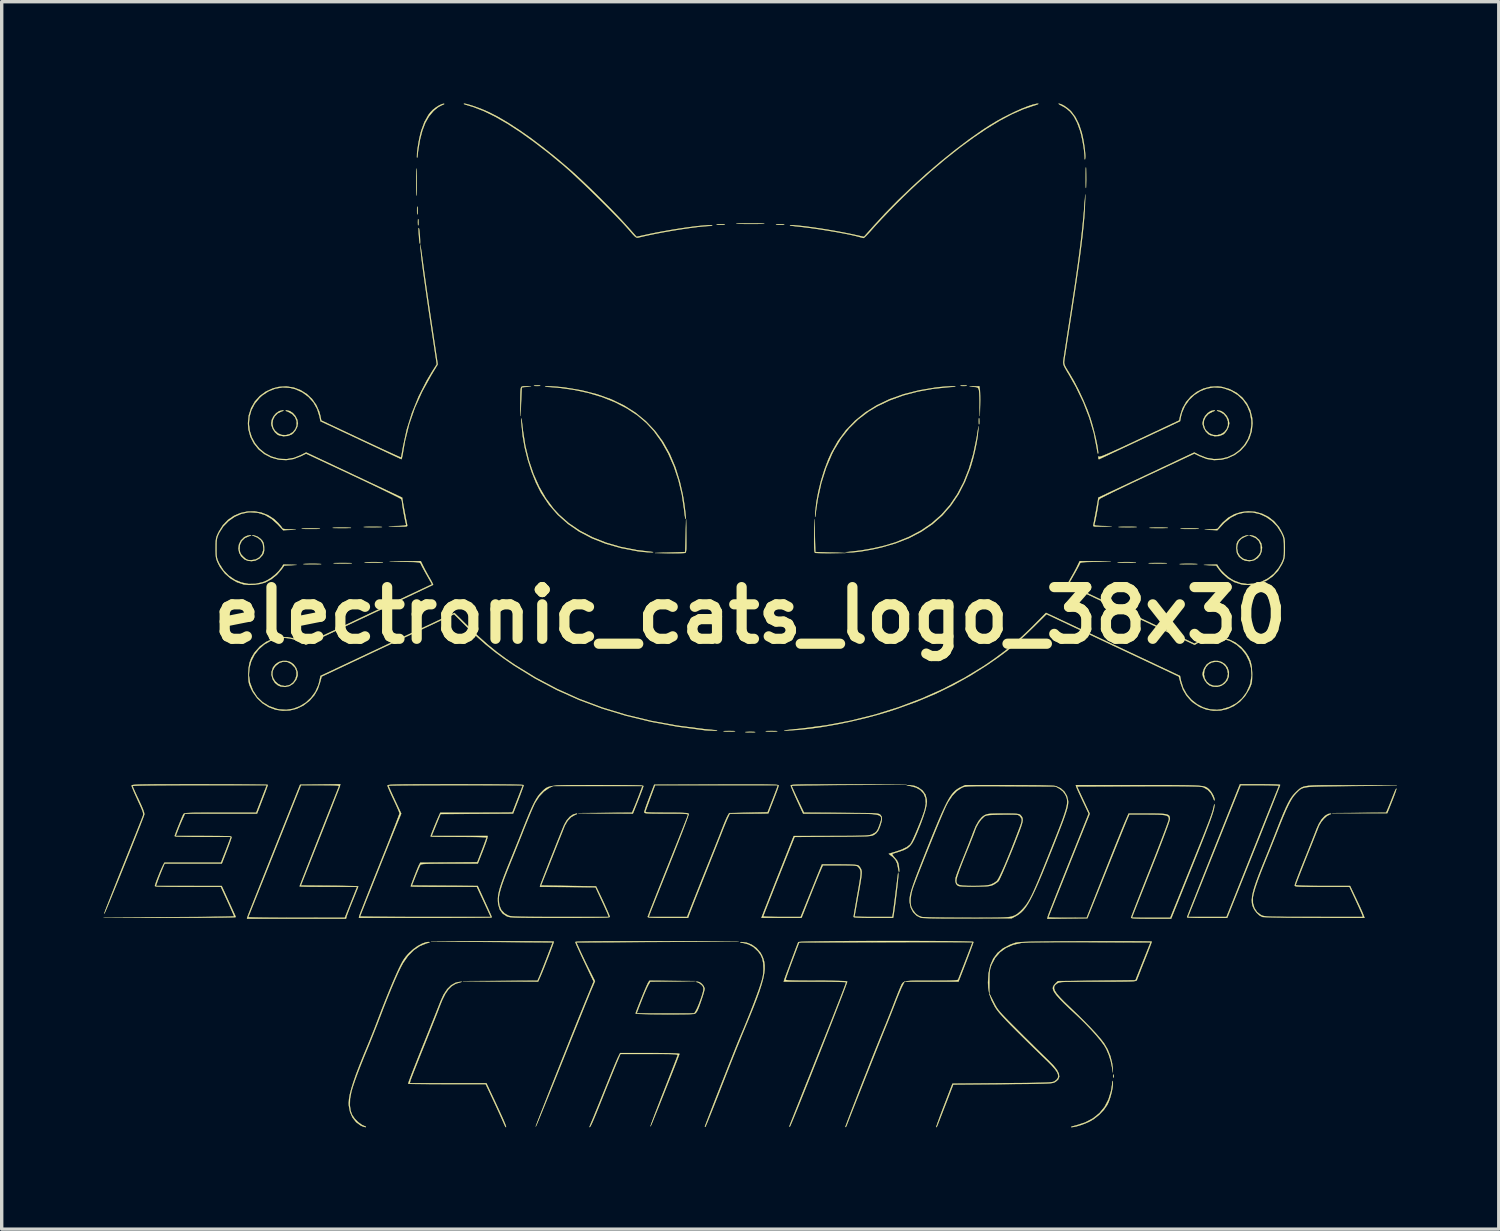
<source format=kicad_pcb>
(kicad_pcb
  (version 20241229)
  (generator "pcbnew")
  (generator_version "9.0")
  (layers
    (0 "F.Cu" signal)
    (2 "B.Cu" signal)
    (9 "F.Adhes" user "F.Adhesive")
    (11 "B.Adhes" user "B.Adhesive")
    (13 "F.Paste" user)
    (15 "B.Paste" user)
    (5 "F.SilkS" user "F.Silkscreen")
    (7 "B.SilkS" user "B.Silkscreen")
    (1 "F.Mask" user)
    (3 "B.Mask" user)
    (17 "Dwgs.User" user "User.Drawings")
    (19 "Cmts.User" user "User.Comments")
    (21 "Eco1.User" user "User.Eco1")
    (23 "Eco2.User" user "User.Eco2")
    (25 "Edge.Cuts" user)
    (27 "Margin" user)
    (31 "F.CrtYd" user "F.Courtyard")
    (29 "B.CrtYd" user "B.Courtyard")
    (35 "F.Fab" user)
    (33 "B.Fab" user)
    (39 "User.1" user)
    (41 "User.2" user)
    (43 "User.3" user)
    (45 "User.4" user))
  (footprint "electronic_cats_logo_38x30"
    (layer "F.Cu")
    (at 19.068 15.093)
    (property "Reference" "electronic_cats_logo_38x30" (at 0 0 0) (layer "F.SilkS") (effects (font (size 1.524 1.524) (thickness 0.3))))
    (attr through_hole)
    (fp_poly (pts (xy -5.82 5.03) (xy -5.818 5.029) (xy -5.816 5.029) (xy -5.82 5.03)) (stroke (width 0.01) (type solid)) (fill yes) (layer "F.SilkS"))
    (fp_poly (pts (xy 4.567 10.795) (xy 4.542 10.806) (xy 4.547 10.795) (xy 4.568 10.795) (xy 4.567 10.795)) (stroke (width 0.01) (type solid)) (fill yes) (layer "F.SilkS"))
    (fp_poly (pts (xy 10.71 13.541) (xy 10.711 13.545) (xy 10.715 13.6) (xy 10.71 13.621) (xy 10.702 13.622) (xy 10.698 13.582) (xy 10.698 13.576) (xy 10.702 13.537) (xy 10.71 13.541)) (stroke (width 0.01) (type solid)) (fill yes) (layer "F.SilkS"))
    (fp_poly (pts (xy -9.786 -11.665) (xy -9.786 -11.664) (xy -9.782 -11.582) (xy -9.786 -11.512) (xy -9.792 -11.498) (xy -9.795 -11.528) (xy -9.797 -11.595) (xy -9.795 -11.66) (xy -9.791 -11.685) (xy -9.786 -11.665)) (stroke (width 0.01) (type solid)) (fill yes) (layer "F.SilkS"))
    (fp_poly (pts (xy -6.203 -6.775) (xy -6.189 -6.769) (xy -6.22 -6.766) (xy -6.287 -6.764) (xy -6.352 -6.766) (xy -6.377 -6.77) (xy -6.357 -6.775) (xy -6.356 -6.775) (xy -6.273 -6.779) (xy -6.203 -6.775)) (stroke (width 0.01) (type solid)) (fill yes) (layer "F.SilkS"))
    (fp_poly (pts (xy 6.37 -6.775) (xy 6.384 -6.769) (xy 6.353 -6.766) (xy 6.287 -6.764) (xy 6.221 -6.766) (xy 6.196 -6.77) (xy 6.216 -6.775) (xy 6.217 -6.775) (xy 6.3 -6.779) (xy 6.37 -6.775)) (stroke (width 0.01) (type solid)) (fill yes) (layer "F.SilkS"))
    (fp_poly (pts (xy 6.749 -5.798) (xy 6.749 -5.797) (xy 6.754 -5.714) (xy 6.749 -5.645) (xy 6.744 -5.631) (xy 6.74 -5.661) (xy 6.739 -5.728) (xy 6.74 -5.793) (xy 6.744 -5.818) (xy 6.749 -5.798)) (stroke (width 0.01) (type solid)) (fill yes) (layer "F.SilkS"))
    (fp_poly (pts (xy -9.813 -12.047) (xy -9.811 -12.033) (xy -9.807 -11.938) (xy -9.811 -11.843) (xy -9.816 -11.82) (xy -9.819 -11.844) (xy -9.821 -11.907) (xy -9.821 -11.938) (xy -9.82 -12.014) (xy -9.817 -12.052) (xy -9.813 -12.047)) (stroke (width 0.01) (type solid)) (fill yes) (layer "F.SilkS"))
    (fp_poly (pts (xy -0.78 -11.526) (xy -0.768 -11.525) (xy -0.747 -11.52) (xy -0.771 -11.517) (xy -0.836 -11.515) (xy -0.876 -11.515) (xy -0.955 -11.516) (xy -0.994 -11.519) (xy -0.99 -11.523) (xy -0.971 -11.525) (xy -0.875 -11.529) (xy -0.78 -11.526)) (stroke (width 0.01) (type solid)) (fill yes) (layer "F.SilkS"))
    (fp_poly (pts (xy 0.098 3.434) (xy 0.121 3.436) (xy 0.149 3.44) (xy 0.131 3.443) (xy 0.071 3.445) (xy 0 3.445) (xy -0.088 3.444) (xy -0.139 3.442) (xy -0.147 3.439) (xy -0.121 3.436) (xy -0.014 3.432) (xy 0.098 3.434)) (stroke (width 0.01) (type solid)) (fill yes) (layer "F.SilkS"))
    (fp_poly (pts (xy 0.972 -11.526) (xy 0.985 -11.525) (xy 1.006 -11.52) (xy 0.981 -11.517) (xy 0.917 -11.515) (xy 0.876 -11.515) (xy 0.798 -11.516) (xy 0.758 -11.519) (xy 0.763 -11.523) (xy 0.782 -11.525) (xy 0.878 -11.529) (xy 0.972 -11.526)) (stroke (width 0.01) (type solid)) (fill yes) (layer "F.SilkS"))
    (fp_poly (pts (xy -0.525 3.408) (xy -0.475 3.41) (xy -0.446 3.414) (xy -0.463 3.417) (xy -0.521 3.419) (xy -0.616 3.419) (xy -0.622 3.419) (xy -0.718 3.419) (xy -0.775 3.417) (xy -0.79 3.414) (xy -0.759 3.41) (xy -0.755 3.41) (xy -0.643 3.407) (xy -0.525 3.408)) (stroke (width 0.01) (type solid)) (fill yes) (layer "F.SilkS"))
    (fp_poly (pts (xy 0.72 3.408) (xy 0.769 3.41) (xy 0.799 3.414) (xy 0.782 3.417) (xy 0.723 3.419) (xy 0.628 3.419) (xy 0.622 3.419) (xy 0.527 3.419) (xy 0.469 3.417) (xy 0.454 3.414) (xy 0.486 3.41) (xy 0.49 3.41) (xy 0.602 3.407) (xy 0.72 3.408)) (stroke (width 0.01) (type solid)) (fill yes) (layer "F.SilkS"))
    (fp_poly (pts (xy -12.736 -2.559) (xy -12.732 -2.559) (xy -12.685 -2.556) (xy -12.686 -2.554) (xy -12.73 -2.552) (xy -12.815 -2.551) (xy -12.937 -2.55) (xy -12.954 -2.55) (xy -13.08 -2.551) (xy -13.17 -2.552) (xy -13.219 -2.554) (xy -13.225 -2.556) (xy -13.185 -2.559) (xy -13.176 -2.559) (xy -13.036 -2.562) (xy -12.878 -2.562) (xy -12.736 -2.559)) (stroke (width 0.01) (type solid)) (fill yes) (layer "F.SilkS"))
    (fp_poly (pts (xy -12.701 -1.518) (xy -12.692 -1.517) (xy -12.649 -1.515) (xy -12.653 -1.512) (xy -12.7 -1.511) (xy -12.787 -1.509) (xy -12.91 -1.509) (xy -12.916 -1.509) (xy -13.039 -1.509) (xy -13.126 -1.511) (xy -13.172 -1.512) (xy -13.174 -1.515) (xy -13.128 -1.517) (xy -13.124 -1.518) (xy -12.987 -1.521) (xy -12.835 -1.521) (xy -12.701 -1.518)) (stroke (width 0.01) (type solid)) (fill yes) (layer "F.SilkS"))
    (fp_poly (pts (xy -11.821 -2.584) (xy -11.817 -2.584) (xy -11.771 -2.582) (xy -11.771 -2.579) (xy -11.816 -2.578) (xy -11.9 -2.576) (xy -12.022 -2.576) (xy -12.04 -2.576) (xy -12.166 -2.576) (xy -12.255 -2.577) (xy -12.305 -2.579) (xy -12.311 -2.581) (xy -12.27 -2.584) (xy -12.262 -2.584) (xy -12.121 -2.587) (xy -11.963 -2.587) (xy -11.821 -2.584)) (stroke (width 0.01) (type solid)) (fill yes) (layer "F.SilkS"))
    (fp_poly (pts (xy -11.796 -1.543) (xy -11.792 -1.543) (xy -11.745 -1.54) (xy -11.746 -1.538) (xy -11.79 -1.536) (xy -11.875 -1.535) (xy -11.997 -1.534) (xy -12.014 -1.534) (xy -12.14 -1.535) (xy -12.23 -1.536) (xy -12.279 -1.538) (xy -12.286 -1.54) (xy -12.245 -1.543) (xy -12.236 -1.543) (xy -12.096 -1.546) (xy -11.938 -1.546) (xy -11.796 -1.543)) (stroke (width 0.01) (type solid)) (fill yes) (layer "F.SilkS"))
    (fp_poly (pts (xy -10.907 -2.61) (xy -10.903 -2.61) (xy -10.856 -2.607) (xy -10.857 -2.605) (xy -10.901 -2.603) (xy -10.986 -2.602) (xy -11.108 -2.601) (xy -11.125 -2.601) (xy -11.251 -2.602) (xy -11.341 -2.603) (xy -11.39 -2.605) (xy -11.397 -2.607) (xy -11.356 -2.609) (xy -11.347 -2.61) (xy -11.207 -2.613) (xy -11.049 -2.613) (xy -10.907 -2.61)) (stroke (width 0.01) (type solid)) (fill yes) (layer "F.SilkS"))
    (fp_poly (pts (xy -10.882 -1.568) (xy -10.878 -1.568) (xy -10.831 -1.566) (xy -10.831 -1.563) (xy -10.876 -1.562) (xy -10.961 -1.56) (xy -11.082 -1.56) (xy -11.1 -1.56) (xy -11.226 -1.56) (xy -11.315 -1.561) (xy -11.365 -1.563) (xy -11.371 -1.565) (xy -11.331 -1.568) (xy -11.322 -1.568) (xy -11.181 -1.571) (xy -11.023 -1.571) (xy -10.882 -1.568)) (stroke (width 0.01) (type solid)) (fill yes) (layer "F.SilkS"))
    (fp_poly (pts (xy -9.765 -11.402) (xy -9.756 -11.344) (xy -9.747 -11.256) (xy -9.742 -11.2) (xy -9.735 -11.097) (xy -9.733 -11.015) (xy -9.734 -10.965) (xy -9.736 -10.957) (xy -9.743 -10.975) (xy -9.752 -11.033) (xy -9.762 -11.121) (xy -9.766 -11.176) (xy -9.773 -11.279) (xy -9.776 -11.361) (xy -9.775 -11.411) (xy -9.772 -11.42) (xy -9.765 -11.402)) (stroke (width 0.01) (type solid)) (fill yes) (layer "F.SilkS"))
    (fp_poly (pts (xy -1.885 -2.346) (xy -1.884 -2.175) (xy -1.884 -2.048) (xy -1.886 -1.959) (xy -1.892 -1.9) (xy -1.9 -1.866) (xy -1.912 -1.848) (xy -1.92 -1.844) (xy -1.958 -1.839) (xy -2.037 -1.836) (xy -2.148 -1.834) (xy -2.282 -1.833) (xy -2.383 -1.834) (xy -2.807 -1.84) (xy -1.918 -1.867) (xy -1.891 -2.832) (xy -1.885 -2.346)) (stroke (width 0.01) (type solid)) (fill yes) (layer "F.SilkS"))
    (fp_poly (pts (xy 1.904 -2.349) (xy 1.918 -1.867) (xy 2.807 -1.84) (xy 2.375 -1.836) (xy 2.23 -1.836) (xy 2.102 -1.837) (xy 2 -1.839) (xy 1.933 -1.843) (xy 1.911 -1.846) (xy 1.9 -1.863) (xy 1.892 -1.908) (xy 1.886 -1.986) (xy 1.884 -2.102) (xy 1.884 -2.261) (xy 1.885 -2.345) (xy 1.891 -2.832) (xy 1.904 -2.349)) (stroke (width 0.01) (type solid)) (fill yes) (layer "F.SilkS"))
    (fp_poly (pts (xy 9.899 -13.178) (xy 9.9 -13.151) (xy 9.902 -13.003) (xy 9.903 -12.836) (xy 9.9 -12.682) (xy 9.9 -12.656) (xy 9.897 -12.605) (xy 9.895 -12.602) (xy 9.893 -12.643) (xy 9.892 -12.725) (xy 9.891 -12.844) (xy 9.891 -12.903) (xy 9.892 -13.037) (xy 9.893 -13.135) (xy 9.894 -13.193) (xy 9.896 -13.208) (xy 9.899 -13.178)) (stroke (width 0.01) (type solid)) (fill yes) (layer "F.SilkS"))
    (fp_poly (pts (xy 11.318 -1.568) (xy 11.322 -1.568) (xy 11.369 -1.566) (xy 11.368 -1.563) (xy 11.324 -1.562) (xy 11.239 -1.56) (xy 11.117 -1.56) (xy 11.1 -1.56) (xy 10.974 -1.56) (xy 10.884 -1.561) (xy 10.835 -1.563) (xy 10.828 -1.565) (xy 10.869 -1.568) (xy 10.878 -1.568) (xy 11.018 -1.571) (xy 11.176 -1.571) (xy 11.318 -1.568)) (stroke (width 0.01) (type solid)) (fill yes) (layer "F.SilkS"))
    (fp_poly (pts (xy 11.343 -2.61) (xy 11.347 -2.61) (xy 11.394 -2.607) (xy 11.394 -2.605) (xy 11.349 -2.603) (xy 11.264 -2.602) (xy 11.143 -2.601) (xy 11.125 -2.601) (xy 10.999 -2.602) (xy 10.91 -2.603) (xy 10.86 -2.605) (xy 10.854 -2.607) (xy 10.894 -2.609) (xy 10.903 -2.61) (xy 11.044 -2.613) (xy 11.202 -2.613) (xy 11.343 -2.61)) (stroke (width 0.01) (type solid)) (fill yes) (layer "F.SilkS"))
    (fp_poly (pts (xy 12.232 -1.543) (xy 12.236 -1.543) (xy 12.283 -1.54) (xy 12.283 -1.538) (xy 12.238 -1.536) (xy 12.153 -1.535) (xy 12.032 -1.534) (xy 12.014 -1.534) (xy 11.888 -1.535) (xy 11.799 -1.536) (xy 11.749 -1.538) (xy 11.743 -1.54) (xy 11.783 -1.543) (xy 11.792 -1.543) (xy 11.933 -1.546) (xy 12.091 -1.546) (xy 12.232 -1.543)) (stroke (width 0.01) (type solid)) (fill yes) (layer "F.SilkS"))
    (fp_poly (pts (xy 12.258 -2.584) (xy 12.262 -2.584) (xy 12.309 -2.582) (xy 12.308 -2.579) (xy 12.264 -2.578) (xy 12.179 -2.576) (xy 12.057 -2.576) (xy 12.04 -2.576) (xy 11.914 -2.576) (xy 11.824 -2.577) (xy 11.774 -2.579) (xy 11.768 -2.581) (xy 11.809 -2.584) (xy 11.817 -2.584) (xy 11.958 -2.587) (xy 12.116 -2.587) (xy 12.258 -2.584)) (stroke (width 0.01) (type solid)) (fill yes) (layer "F.SilkS"))
    (fp_poly (pts (xy 13.131 -1.518) (xy 13.139 -1.517) (xy 13.183 -1.515) (xy 13.179 -1.512) (xy 13.132 -1.511) (xy 13.045 -1.509) (xy 12.922 -1.509) (xy 12.916 -1.509) (xy 12.792 -1.509) (xy 12.706 -1.511) (xy 12.66 -1.512) (xy 12.658 -1.515) (xy 12.703 -1.517) (xy 12.708 -1.518) (xy 12.845 -1.521) (xy 12.997 -1.521) (xy 13.131 -1.518)) (stroke (width 0.01) (type solid)) (fill yes) (layer "F.SilkS"))
    (fp_poly (pts (xy 13.172 -2.559) (xy 13.176 -2.559) (xy 13.223 -2.556) (xy 13.222 -2.554) (xy 13.178 -2.552) (xy 13.093 -2.551) (xy 12.971 -2.55) (xy 12.954 -2.55) (xy 12.828 -2.551) (xy 12.738 -2.552) (xy 12.689 -2.554) (xy 12.683 -2.556) (xy 12.723 -2.559) (xy 12.732 -2.559) (xy 12.872 -2.562) (xy 13.03 -2.562) (xy 13.172 -2.559)) (stroke (width 0.01) (type solid)) (fill yes) (layer "F.SilkS"))
    (fp_poly (pts (xy -9.839 -13.168) (xy -9.837 -13.115) (xy -9.836 -13.1) (xy -9.834 -12.933) (xy -9.833 -12.744) (xy -9.834 -12.558) (xy -9.836 -12.452) (xy -9.838 -12.391) (xy -9.84 -12.377) (xy -9.842 -12.409) (xy -9.843 -12.482) (xy -9.844 -12.595) (xy -9.844 -12.745) (xy -9.844 -12.776) (xy -9.844 -12.932) (xy -9.843 -13.052) (xy -9.842 -13.133) (xy -9.84 -13.173) (xy -9.839 -13.168)) (stroke (width 0.01) (type solid)) (fill yes) (layer "F.SilkS"))
    (fp_poly (pts (xy 0.216 -11.553) (xy 0.337 -11.551) (xy 0.4 -11.549) (xy 0.415 -11.547) (xy 0.385 -11.545) (xy 0.313 -11.544) (xy 0.201 -11.543) (xy 0.052 -11.543) (xy 0 -11.543) (xy -0.159 -11.543) (xy -0.283 -11.544) (xy -0.367 -11.545) (xy -0.41 -11.546) (xy -0.409 -11.548) (xy -0.361 -11.55) (xy -0.337 -11.551) (xy -0.167 -11.553) (xy 0.026 -11.554) (xy 0.216 -11.553)) (stroke (width 0.01) (type solid)) (fill yes) (layer "F.SilkS"))
    (fp_poly (pts (xy 19.04 5.144) (xy 19.016 5.219) (xy 18.979 5.321) (xy 18.933 5.441) (xy 18.914 5.488) (xy 18.779 5.829) (xy 17.968 5.83) (xy 17.158 5.83) (xy 18.747 5.816) (xy 18.8 5.696) (xy 18.832 5.619) (xy 18.875 5.513) (xy 18.922 5.392) (xy 18.95 5.321) (xy 18.989 5.223) (xy 19.021 5.149) (xy 19.042 5.109) (xy 19.049 5.107) (xy 19.04 5.144)) (stroke (width 0.01) (type solid)) (fill yes) (layer "F.SilkS"))
    (fp_poly (pts (xy 6.769 -6.648) (xy 6.774 -6.581) (xy 6.777 -6.477) (xy 6.778 -6.351) (xy 6.776 -6.215) (xy 6.776 -6.21) (xy 6.767 -5.88) (xy 6.762 -6.248) (xy 6.759 -6.415) (xy 6.755 -6.538) (xy 6.747 -6.623) (xy 6.733 -6.679) (xy 6.711 -6.712) (xy 6.678 -6.728) (xy 6.633 -6.735) (xy 6.595 -6.738) (xy 6.464 -6.747) (xy 6.609 -6.752) (xy 6.753 -6.756) (xy 6.769 -6.648)) (stroke (width 0.01) (type solid)) (fill yes) (layer "F.SilkS"))
    (fp_poly (pts (xy -6.613 -6.752) (xy -6.607 -6.752) (xy -6.464 -6.747) (xy -6.598 -6.738) (xy -6.673 -6.732) (xy -6.723 -6.726) (xy -6.735 -6.723) (xy -6.737 -6.698) (xy -6.741 -6.63) (xy -6.746 -6.528) (xy -6.752 -6.401) (xy -6.756 -6.299) (xy -6.772 -5.88) (xy -6.777 -6.239) (xy -6.778 -6.376) (xy -6.776 -6.501) (xy -6.773 -6.602) (xy -6.767 -6.667) (xy -6.766 -6.677) (xy -6.755 -6.722) (xy -6.734 -6.745) (xy -6.692 -6.753) (xy -6.613 -6.752)) (stroke (width 0.01) (type solid)) (fill yes) (layer "F.SilkS"))
    (fp_poly (pts (xy -9.021 -15.077) (xy -9.054 -15.059) (xy -9.093 -15.043) (xy -9.193 -14.991) (xy -9.304 -14.904) (xy -9.349 -14.861) (xy -9.475 -14.708) (xy -9.581 -14.522) (xy -9.667 -14.298) (xy -9.736 -14.033) (xy -9.788 -13.724) (xy -9.802 -13.614) (xy -9.813 -13.53) (xy -9.821 -13.493) (xy -9.825 -13.507) (xy -9.826 -13.525) (xy -9.822 -13.621) (xy -9.808 -13.75) (xy -9.785 -13.9) (xy -9.756 -14.054) (xy -9.723 -14.198) (xy -9.699 -14.287) (xy -9.606 -14.541) (xy -9.488 -14.752) (xy -9.431 -14.828) (xy -9.359 -14.902) (xy -9.268 -14.973) (xy -9.173 -15.033) (xy -9.087 -15.073) (xy -9.03 -15.085) (xy -9.021 -15.077)) (stroke (width 0.01) (type solid)) (fill yes) (layer "F.SilkS"))
    (fp_poly (pts (xy 10.687 13.733) (xy 10.69 13.784) (xy 10.69 13.794) (xy 10.682 13.91) (xy 10.655 14.052) (xy 10.615 14.201) (xy 10.567 14.339) (xy 10.526 14.427) (xy 10.425 14.574) (xy 10.289 14.718) (xy 10.133 14.842) (xy 9.995 14.924) (xy 9.87 14.978) (xy 9.738 15.026) (xy 9.612 15.063) (xy 9.509 15.083) (xy 9.463 15.086) (xy 9.461 15.08) (xy 9.5 15.065) (xy 9.573 15.044) (xy 9.607 15.036) (xy 9.875 14.949) (xy 10.104 14.828) (xy 10.296 14.674) (xy 10.449 14.487) (xy 10.563 14.267) (xy 10.64 14.013) (xy 10.667 13.843) (xy 10.678 13.76) (xy 10.684 13.724) (xy 10.687 13.733)) (stroke (width 0.01) (type solid)) (fill yes) (layer "F.SilkS"))
    (fp_poly (pts (xy -4.162 5.005) (xy -3.878 5.006) (xy -3.639 5.008) (xy -3.446 5.011) (xy -3.301 5.015) (xy -3.203 5.02) (xy -3.155 5.026) (xy -3.15 5.029) (xy -3.159 5.06) (xy -3.183 5.13) (xy -3.221 5.23) (xy -3.267 5.352) (xy -3.305 5.448) (xy -3.461 5.842) (xy -5.067 5.83) (xy -3.484 5.816) (xy -3.406 5.628) (xy -3.357 5.507) (xy -3.302 5.367) (xy -3.253 5.239) (xy -3.252 5.234) (xy -3.176 5.029) (xy -5.816 5.029) (xy -5.803 5.027) (xy -5.702 5.018) (xy -5.576 5.012) (xy -5.42 5.008) (xy -5.229 5.005) (xy -5 5.005) (xy -4.728 5.004) (xy -4.489 5.004) (xy -4.162 5.005)) (stroke (width 0.01) (type solid)) (fill yes) (layer "F.SilkS"))
    (fp_poly (pts (xy 9.164 -15.07) (xy 9.255 -15.023) (xy 9.352 -14.955) (xy 9.444 -14.875) (xy 9.461 -14.857) (xy 9.585 -14.692) (xy 9.689 -14.483) (xy 9.772 -14.233) (xy 9.775 -14.221) (xy 9.806 -14.084) (xy 9.834 -13.934) (xy 9.856 -13.784) (xy 9.871 -13.648) (xy 9.877 -13.539) (xy 9.874 -13.487) (xy 9.868 -13.444) (xy 9.864 -13.445) (xy 9.86 -13.492) (xy 9.859 -13.525) (xy 9.848 -13.665) (xy 9.825 -13.833) (xy 9.793 -14.01) (xy 9.757 -14.177) (xy 9.726 -14.289) (xy 9.641 -14.522) (xy 9.542 -14.71) (xy 9.426 -14.857) (xy 9.289 -14.968) (xy 9.216 -15.009) (xy 9.144 -15.048) (xy 9.1 -15.075) (xy 9.092 -15.087) (xy 9.094 -15.088) (xy 9.164 -15.07)) (stroke (width 0.01) (type solid)) (fill yes) (layer "F.SilkS"))
    (fp_poly (pts (xy -6.756 9.606) (xy -6.516 9.607) (xy -6.304 9.608) (xy -6.122 9.61) (xy -5.977 9.611) (xy -5.87 9.614) (xy -5.807 9.616) (xy -5.791 9.618) (xy -5.8 9.649) (xy -5.825 9.718) (xy -5.861 9.817) (xy -5.907 9.938) (xy -5.958 10.072) (xy -6.012 10.209) (xy -6.064 10.343) (xy -6.112 10.463) (xy -6.153 10.562) (xy -6.179 10.624) (xy -6.255 10.795) (xy -7.363 10.789) (xy -8.471 10.783) (xy -7.371 10.776) (xy -6.271 10.769) (xy -6.217 10.649) (xy -6.191 10.586) (xy -6.151 10.486) (xy -6.1 10.359) (xy -6.044 10.215) (xy -5.993 10.084) (xy -5.822 9.639) (xy -7.616 9.626) (xy -9.411 9.613) (xy -7.601 9.607) (xy -7.303 9.607) (xy -7.02 9.606) (xy -6.756 9.606)) (stroke (width 0.01) (type solid)) (fill yes) (layer "F.SilkS"))
    (fp_poly (pts (xy 6.716 -5.398) (xy 6.698 -5.241) (xy 6.665 -5.052) (xy 6.622 -4.845) (xy 6.571 -4.636) (xy 6.515 -4.439) (xy 6.486 -4.346) (xy 6.328 -3.941) (xy 6.14 -3.574) (xy 5.919 -3.246) (xy 5.665 -2.953) (xy 5.376 -2.696) (xy 5.05 -2.474) (xy 4.687 -2.284) (xy 4.286 -2.127) (xy 3.873 -2.007) (xy 3.689 -1.965) (xy 3.499 -1.928) (xy 3.315 -1.896) (xy 3.147 -1.873) (xy 3.007 -1.86) (xy 2.918 -1.858) (xy 2.807 -1.863) (xy 2.908 -1.872) (xy 3.265 -1.914) (xy 3.622 -1.976) (xy 3.964 -2.056) (xy 4.273 -2.15) (xy 4.275 -2.15) (xy 4.668 -2.308) (xy 5.025 -2.495) (xy 5.346 -2.713) (xy 5.632 -2.964) (xy 5.884 -3.249) (xy 6.103 -3.57) (xy 6.291 -3.927) (xy 6.448 -4.322) (xy 6.576 -4.758) (xy 6.676 -5.235) (xy 6.696 -5.359) (xy 6.73 -5.575) (xy 6.716 -5.398)) (stroke (width 0.01) (type solid)) (fill yes) (layer "F.SilkS"))
    (fp_poly (pts (xy -13.561 1.375) (xy -13.463 1.443) (xy -13.388 1.549) (xy -13.384 1.558) (xy -13.345 1.671) (xy -13.342 1.769) (xy -13.376 1.872) (xy -13.393 1.905) (xy -13.475 2.011) (xy -13.585 2.08) (xy -13.711 2.108) (xy -13.843 2.093) (xy -13.92 2.062) (xy -14.011 1.988) (xy -14.078 1.882) (xy -14.112 1.76) (xy -14.112 1.745) (xy -14.091 1.745) (xy -14.064 1.85) (xy -14.006 1.944) (xy -13.924 2.019) (xy -13.824 2.068) (xy -13.713 2.084) (xy -13.597 2.06) (xy -13.564 2.045) (xy -13.472 1.973) (xy -13.408 1.873) (xy -13.375 1.759) (xy -13.378 1.644) (xy -13.42 1.542) (xy -13.425 1.534) (xy -13.529 1.429) (xy -13.644 1.371) (xy -13.763 1.36) (xy -13.88 1.397) (xy -13.988 1.481) (xy -14.027 1.528) (xy -14.081 1.635) (xy -14.091 1.745) (xy -14.112 1.745) (xy -14.111 1.664) (xy -14.071 1.539) (xy -13.997 1.443) (xy -13.9 1.377) (xy -13.789 1.343) (xy -13.673 1.342) (xy -13.561 1.375)) (stroke (width 0.01) (type solid)) (fill yes) (layer "F.SilkS"))
    (fp_poly (pts (xy -6.742 -5.791) (xy -6.734 -5.726) (xy -6.723 -5.628) (xy -6.71 -5.513) (xy -6.704 -5.461) (xy -6.633 -5.006) (xy -6.528 -4.573) (xy -6.391 -4.168) (xy -6.223 -3.792) (xy -6.026 -3.451) (xy -5.801 -3.148) (xy -5.639 -2.971) (xy -5.351 -2.718) (xy -5.024 -2.496) (xy -4.659 -2.305) (xy -4.259 -2.146) (xy -3.825 -2.019) (xy -3.359 -1.927) (xy -2.908 -1.872) (xy -2.863 -1.867) (xy -2.865 -1.863) (xy -2.916 -1.861) (xy -2.946 -1.861) (xy -3.036 -1.864) (xy -3.155 -1.874) (xy -3.283 -1.889) (xy -3.327 -1.895) (xy -3.812 -1.988) (xy -4.259 -2.115) (xy -4.668 -2.276) (xy -5.04 -2.471) (xy -5.375 -2.701) (xy -5.673 -2.965) (xy -5.932 -3.264) (xy -6.155 -3.596) (xy -6.182 -3.643) (xy -6.322 -3.926) (xy -6.448 -4.245) (xy -6.557 -4.588) (xy -6.645 -4.939) (xy -6.707 -5.286) (xy -6.74 -5.616) (xy -6.742 -5.652) (xy -6.746 -5.74) (xy -6.746 -5.794) (xy -6.744 -5.807) (xy -6.742 -5.791)) (stroke (width 0.01) (type solid)) (fill yes) (layer "F.SilkS"))
    (fp_poly (pts (xy 6.02 -6.751) (xy 6.049 -6.748) (xy 6.035 -6.744) (xy 5.977 -6.739) (xy 5.87 -6.731) (xy 5.837 -6.729) (xy 5.373 -6.68) (xy 4.927 -6.598) (xy 4.504 -6.485) (xy 4.11 -6.341) (xy 3.75 -6.17) (xy 3.487 -6.013) (xy 3.181 -5.781) (xy 2.913 -5.518) (xy 2.677 -5.22) (xy 2.473 -4.884) (xy 2.411 -4.764) (xy 2.236 -4.352) (xy 2.095 -3.908) (xy 1.99 -3.43) (xy 1.943 -3.118) (xy 1.928 -2.999) (xy 1.918 -2.928) (xy 1.913 -2.904) (xy 1.913 -2.924) (xy 1.916 -2.986) (xy 1.919 -3.047) (xy 1.95 -3.334) (xy 2.008 -3.646) (xy 2.087 -3.969) (xy 2.185 -4.287) (xy 2.297 -4.586) (xy 2.389 -4.79) (xy 2.586 -5.14) (xy 2.819 -5.455) (xy 3.088 -5.736) (xy 3.393 -5.983) (xy 3.736 -6.196) (xy 4.115 -6.376) (xy 4.532 -6.523) (xy 4.988 -6.637) (xy 5.469 -6.717) (xy 5.609 -6.733) (xy 5.753 -6.745) (xy 5.88 -6.752) (xy 5.951 -6.753) (xy 6.02 -6.751)) (stroke (width 0.01) (type solid)) (fill yes) (layer "F.SilkS"))
    (fp_poly (pts (xy 13.893 1.374) (xy 13.991 1.437) (xy 14.067 1.531) (xy 14.109 1.654) (xy 14.111 1.664) (xy 14.108 1.796) (xy 14.064 1.913) (xy 13.987 2.007) (xy 13.886 2.073) (xy 13.767 2.106) (xy 13.641 2.099) (xy 13.538 2.061) (xy 13.463 2) (xy 13.397 1.909) (xy 13.35 1.81) (xy 13.338 1.742) (xy 13.374 1.742) (xy 13.397 1.854) (xy 13.456 1.956) (xy 13.55 2.035) (xy 13.662 2.076) (xy 13.786 2.077) (xy 13.902 2.038) (xy 13.922 2.025) (xy 14.016 1.937) (xy 14.07 1.832) (xy 14.086 1.719) (xy 14.067 1.608) (xy 14.017 1.507) (xy 13.936 1.427) (xy 13.83 1.376) (xy 13.729 1.363) (xy 13.604 1.384) (xy 13.503 1.442) (xy 13.43 1.527) (xy 13.386 1.631) (xy 13.374 1.742) (xy 13.338 1.742) (xy 13.336 1.73) (xy 13.346 1.665) (xy 13.373 1.584) (xy 13.384 1.558) (xy 13.457 1.449) (xy 13.554 1.378) (xy 13.665 1.343) (xy 13.781 1.342) (xy 13.893 1.374)) (stroke (width 0.01) (type solid)) (fill yes) (layer "F.SilkS"))
    (fp_poly (pts (xy -13.572 -6.022) (xy -13.483 -5.961) (xy -13.407 -5.873) (xy -13.355 -5.769) (xy -13.336 -5.664) (xy -13.356 -5.561) (xy -13.409 -5.455) (xy -13.481 -5.367) (xy -13.519 -5.338) (xy -13.634 -5.293) (xy -13.763 -5.284) (xy -13.887 -5.309) (xy -13.94 -5.335) (xy -14.012 -5.401) (xy -14.074 -5.497) (xy -14.113 -5.602) (xy -14.121 -5.664) (xy -14.102 -5.772) (xy -14.049 -5.875) (xy -13.974 -5.962) (xy -13.885 -6.022) (xy -13.794 -6.043) (xy -13.792 -6.043) (xy -13.758 -6.039) (xy -13.768 -6.031) (xy -13.818 -6.016) (xy -13.933 -5.96) (xy -14.02 -5.873) (xy -14.073 -5.766) (xy -14.089 -5.649) (xy -14.065 -5.532) (xy -14.018 -5.45) (xy -13.922 -5.364) (xy -13.811 -5.319) (xy -13.694 -5.312) (xy -13.581 -5.341) (xy -13.483 -5.403) (xy -13.408 -5.496) (xy -13.371 -5.602) (xy -13.371 -5.728) (xy -13.417 -5.843) (xy -13.503 -5.938) (xy -13.625 -6.006) (xy -13.631 -6.008) (xy -13.687 -6.03) (xy -13.697 -6.041) (xy -13.666 -6.044) (xy -13.665 -6.044) (xy -13.572 -6.022)) (stroke (width 0.01) (type solid)) (fill yes) (layer "F.SilkS"))
    (fp_poly (pts (xy 13.697 -6.041) (xy 13.688 -6.03) (xy 13.633 -6.009) (xy 13.631 -6.008) (xy 13.51 -5.943) (xy 13.424 -5.851) (xy 13.375 -5.742) (xy 13.367 -5.625) (xy 13.402 -5.509) (xy 13.44 -5.45) (xy 13.535 -5.364) (xy 13.646 -5.319) (xy 13.763 -5.312) (xy 13.876 -5.341) (xy 13.975 -5.403) (xy 14.049 -5.496) (xy 14.086 -5.602) (xy 14.085 -5.724) (xy 14.041 -5.84) (xy 13.961 -5.937) (xy 13.853 -6.003) (xy 13.818 -6.016) (xy 13.765 -6.032) (xy 13.76 -6.04) (xy 13.792 -6.043) (xy 13.884 -6.023) (xy 13.972 -5.964) (xy 14.048 -5.877) (xy 14.101 -5.774) (xy 14.121 -5.666) (xy 14.121 -5.664) (xy 14.102 -5.566) (xy 14.054 -5.462) (xy 13.987 -5.373) (xy 13.94 -5.335) (xy 13.823 -5.29) (xy 13.691 -5.284) (xy 13.566 -5.315) (xy 13.509 -5.345) (xy 13.431 -5.423) (xy 13.369 -5.527) (xy 13.338 -5.637) (xy 13.336 -5.671) (xy 13.357 -5.777) (xy 13.411 -5.879) (xy 13.488 -5.966) (xy 13.578 -6.024) (xy 13.665 -6.044) (xy 13.697 -6.041)) (stroke (width 0.01) (type solid)) (fill yes) (layer "F.SilkS"))
    (fp_poly (pts (xy -5.849 -6.751) (xy -5.715 -6.742) (xy -5.571 -6.729) (xy -5.469 -6.717) (xy -4.975 -6.635) (xy -4.52 -6.519) (xy -4.103 -6.371) (xy -3.725 -6.19) (xy -3.383 -5.974) (xy -3.078 -5.724) (xy -2.808 -5.438) (xy -2.573 -5.117) (xy -2.373 -4.759) (xy -2.207 -4.364) (xy -2.074 -3.931) (xy -1.997 -3.591) (xy -1.972 -3.457) (xy -1.95 -3.317) (xy -1.931 -3.18) (xy -1.916 -3.056) (xy -1.906 -2.953) (xy -1.903 -2.88) (xy -1.907 -2.846) (xy -1.909 -2.845) (xy -1.915 -2.868) (xy -1.926 -2.932) (xy -1.938 -3.026) (xy -1.949 -3.12) (xy -2.015 -3.566) (xy -2.117 -3.993) (xy -2.252 -4.398) (xy -2.418 -4.775) (xy -2.614 -5.121) (xy -2.837 -5.431) (xy -3.056 -5.67) (xy -3.325 -5.9) (xy -3.636 -6.105) (xy -3.983 -6.285) (xy -4.364 -6.438) (xy -4.774 -6.561) (xy -5.209 -6.654) (xy -5.664 -6.715) (xy -5.837 -6.729) (xy -5.955 -6.737) (xy -6.025 -6.743) (xy -6.05 -6.747) (xy -6.031 -6.75) (xy -5.972 -6.752) (xy -5.951 -6.753) (xy -5.849 -6.751)) (stroke (width 0.01) (type solid)) (fill yes) (layer "F.SilkS"))
    (fp_poly (pts (xy -14.605 -2.35) (xy -14.517 -2.316) (xy -14.43 -2.25) (xy -14.429 -2.249) (xy -14.377 -2.19) (xy -14.349 -2.132) (xy -14.335 -2.054) (xy -14.332 -2.014) (xy -14.331 -1.913) (xy -14.346 -1.84) (xy -14.375 -1.784) (xy -14.468 -1.681) (xy -14.588 -1.618) (xy -14.707 -1.6) (xy -14.82 -1.616) (xy -14.904 -1.651) (xy -15.003 -1.738) (xy -15.065 -1.848) (xy -15.088 -1.97) (xy -15.072 -2.092) (xy -15.018 -2.205) (xy -14.925 -2.297) (xy -14.904 -2.312) (xy -14.832 -2.345) (xy -14.764 -2.36) (xy -14.757 -2.36) (xy -14.719 -2.357) (xy -14.726 -2.35) (xy -14.771 -2.339) (xy -14.899 -2.285) (xy -14.992 -2.197) (xy -15.046 -2.081) (xy -15.056 -1.944) (xy -15.055 -1.934) (xy -15.038 -1.853) (xy -15.002 -1.788) (xy -14.939 -1.722) (xy -14.87 -1.664) (xy -14.812 -1.635) (xy -14.743 -1.626) (xy -14.714 -1.626) (xy -14.58 -1.648) (xy -14.471 -1.71) (xy -14.394 -1.804) (xy -14.355 -1.925) (xy -14.351 -1.976) (xy -14.369 -2.111) (xy -14.425 -2.215) (xy -14.522 -2.293) (xy -14.598 -2.328) (xy -14.694 -2.365) (xy -14.605 -2.35)) (stroke (width 0.01) (type solid)) (fill yes) (layer "F.SilkS"))
    (fp_poly (pts (xy 14.598 -2.328) (xy 14.475 -2.263) (xy 14.396 -2.174) (xy 14.357 -2.058) (xy 14.351 -1.976) (xy 14.374 -1.847) (xy 14.438 -1.742) (xy 14.536 -1.667) (xy 14.661 -1.629) (xy 14.714 -1.626) (xy 14.792 -1.631) (xy 14.852 -1.652) (xy 14.914 -1.7) (xy 14.939 -1.722) (xy 15.005 -1.792) (xy 15.04 -1.857) (xy 15.055 -1.934) (xy 15.048 -2.073) (xy 14.997 -2.19) (xy 14.906 -2.28) (xy 14.78 -2.336) (xy 14.771 -2.339) (xy 14.722 -2.351) (xy 14.721 -2.357) (xy 14.757 -2.36) (xy 14.822 -2.348) (xy 14.895 -2.317) (xy 14.904 -2.312) (xy 15.004 -2.225) (xy 15.065 -2.12) (xy 15.088 -2.006) (xy 15.076 -1.89) (xy 15.032 -1.783) (xy 14.958 -1.693) (xy 14.857 -1.629) (xy 14.731 -1.601) (xy 14.707 -1.6) (xy 14.593 -1.616) (xy 14.51 -1.651) (xy 14.408 -1.735) (xy 14.349 -1.841) (xy 14.331 -1.974) (xy 14.332 -2.014) (xy 14.342 -2.106) (xy 14.364 -2.169) (xy 14.406 -2.225) (xy 14.429 -2.249) (xy 14.516 -2.316) (xy 14.604 -2.35) (xy 14.605 -2.35) (xy 14.694 -2.365) (xy 14.598 -2.328)) (stroke (width 0.01) (type solid)) (fill yes) (layer "F.SilkS"))
    (fp_poly (pts (xy 4.48 10.928) (xy 4.446 10.999) (xy 4.401 11.106) (xy 4.347 11.236) (xy 4.291 11.377) (xy 4.266 11.443) (xy 4.199 11.614) (xy 4.122 11.81) (xy 4.043 12.008) (xy 3.971 12.184) (xy 3.963 12.205) (xy 3.931 12.282) (xy 3.885 12.397) (xy 3.825 12.546) (xy 3.754 12.723) (xy 3.675 12.922) (xy 3.589 13.138) (xy 3.499 13.365) (xy 3.406 13.598) (xy 3.314 13.832) (xy 3.223 14.06) (xy 3.137 14.278) (xy 3.058 14.479) (xy 2.987 14.659) (xy 2.927 14.812) (xy 2.88 14.933) (xy 2.848 15.015) (xy 2.836 15.047) (xy 2.817 15.08) (xy 2.806 15.083) (xy 2.813 15.058) (xy 2.837 14.99) (xy 2.876 14.886) (xy 2.928 14.748) (xy 2.992 14.582) (xy 3.065 14.393) (xy 3.146 14.185) (xy 3.232 13.964) (xy 3.322 13.734) (xy 3.415 13.5) (xy 3.507 13.266) (xy 3.597 13.037) (xy 3.684 12.819) (xy 3.766 12.616) (xy 3.84 12.433) (xy 3.905 12.274) (xy 3.938 12.192) (xy 3.998 12.047) (xy 4.067 11.874) (xy 4.139 11.693) (xy 4.205 11.524) (xy 4.217 11.493) (xy 4.271 11.352) (xy 4.325 11.217) (xy 4.371 11.1) (xy 4.407 11.013) (xy 4.419 10.986) (xy 4.444 10.926) (xy 4.465 10.879) (xy 4.489 10.842) (xy 4.521 10.815) (xy 4.542 10.806) (xy 4.48 10.928)) (stroke (width 0.01) (type solid)) (fill yes) (layer "F.SilkS"))
    (fp_poly (pts (xy 4.843 5.027) (xy 4.955 5.074) (xy 5.08 5.165) (xy 5.164 5.283) (xy 5.203 5.428) (xy 5.207 5.494) (xy 5.195 5.599) (xy 5.16 5.746) (xy 5.102 5.929) (xy 5.024 6.144) (xy 4.926 6.388) (xy 4.901 6.448) (xy 4.832 6.602) (xy 4.77 6.716) (xy 4.705 6.8) (xy 4.63 6.862) (xy 4.535 6.911) (xy 4.412 6.956) (xy 4.399 6.96) (xy 4.309 6.989) (xy 4.235 7.012) (xy 4.195 7.025) (xy 4.194 7.025) (xy 4.187 7.047) (xy 4.217 7.095) (xy 4.262 7.147) (xy 4.326 7.225) (xy 4.361 7.297) (xy 4.381 7.389) (xy 4.382 7.402) (xy 4.39 7.482) (xy 4.391 7.54) (xy 4.388 7.559) (xy 4.378 7.543) (xy 4.366 7.49) (xy 4.358 7.439) (xy 4.33 7.306) (xy 4.282 7.206) (xy 4.205 7.123) (xy 4.177 7.1) (xy 4.083 7.028) (xy 4.27 6.973) (xy 4.471 6.904) (xy 4.622 6.828) (xy 4.716 6.753) (xy 4.744 6.709) (xy 4.786 6.627) (xy 4.837 6.515) (xy 4.895 6.383) (xy 4.955 6.239) (xy 5.014 6.093) (xy 5.068 5.953) (xy 5.112 5.829) (xy 5.144 5.73) (xy 5.144 5.73) (xy 5.178 5.547) (xy 5.168 5.387) (xy 5.115 5.254) (xy 5.019 5.148) (xy 4.884 5.072) (xy 4.728 5.03) (xy 4.61 5.01) (xy 4.715 5.007) (xy 4.843 5.027)) (stroke (width 0.01) (type solid)) (fill yes) (layer "F.SilkS"))
    (fp_poly (pts (xy -2.292 10.776) (xy -1.613 10.781) (xy -2.948 10.796) (xy -2.998 10.878) (xy -3.034 10.948) (xy -3.085 11.061) (xy -3.148 11.209) (xy -3.219 11.388) (xy -3.292 11.576) (xy -3.352 11.735) (xy -1.65 11.735) (xy -1.6 11.652) (xy -1.561 11.575) (xy -1.515 11.466) (xy -1.468 11.341) (xy -1.425 11.216) (xy -1.394 11.109) (xy -1.382 11.054) (xy -1.378 10.982) (xy -1.401 10.928) (xy -1.435 10.891) (xy -1.495 10.843) (xy -1.552 10.814) (xy -1.558 10.813) (xy -1.595 10.804) (xy -1.584 10.8) (xy -1.554 10.798) (xy -1.491 10.816) (xy -1.425 10.866) (xy -1.372 10.932) (xy -1.347 10.998) (xy -1.346 11.006) (xy -1.355 11.055) (xy -1.377 11.14) (xy -1.41 11.246) (xy -1.449 11.363) (xy -1.489 11.478) (xy -1.527 11.579) (xy -1.559 11.652) (xy -1.564 11.662) (xy -1.602 11.716) (xy -1.639 11.744) (xy -1.677 11.749) (xy -1.756 11.754) (xy -1.87 11.757) (xy -2.012 11.759) (xy -2.173 11.76) (xy -2.348 11.761) (xy -2.53 11.76) (xy -2.71 11.759) (xy -2.883 11.757) (xy -3.04 11.754) (xy -3.176 11.751) (xy -3.282 11.747) (xy -3.352 11.742) (xy -3.378 11.737) (xy -3.378 11.737) (xy -3.369 11.703) (xy -3.343 11.632) (xy -3.305 11.533) (xy -3.259 11.415) (xy -3.207 11.287) (xy -3.155 11.159) (xy -3.105 11.039) (xy -3.061 10.938) (xy -3.027 10.864) (xy -3.009 10.827) (xy -2.971 10.77) (xy -2.292 10.776)) (stroke (width 0.01) (type solid)) (fill yes) (layer "F.SilkS"))
    (fp_poly (pts (xy 8.493 -15.079) (xy 8.456 -15.062) (xy 8.385 -15.038) (xy 8.344 -15.026) (xy 8.039 -14.922) (xy 7.709 -14.776) (xy 7.356 -14.589) (xy 6.982 -14.362) (xy 6.589 -14.096) (xy 6.178 -13.794) (xy 5.751 -13.455) (xy 5.31 -13.082) (xy 4.92 -12.732) (xy 4.728 -12.552) (xy 4.52 -12.35) (xy 4.304 -12.136) (xy 4.09 -11.918) (xy 3.888 -11.707) (xy 3.707 -11.511) (xy 3.572 -11.36) (xy 3.491 -11.27) (xy 3.421 -11.196) (xy 3.369 -11.146) (xy 3.342 -11.127) (xy 3.341 -11.127) (xy 3.3 -11.136) (xy 3.239 -11.153) (xy 3.112 -11.187) (xy 2.944 -11.225) (xy 2.744 -11.265) (xy 2.519 -11.306) (xy 2.28 -11.346) (xy 2.035 -11.385) (xy 1.792 -11.42) (xy 1.562 -11.449) (xy 1.41 -11.466) (xy 1.298 -11.478) (xy 1.217 -11.489) (xy 1.172 -11.498) (xy 1.171 -11.503) (xy 1.181 -11.503) (xy 1.285 -11.501) (xy 1.431 -11.489) (xy 1.61 -11.469) (xy 1.815 -11.442) (xy 2.038 -11.41) (xy 2.271 -11.373) (xy 2.506 -11.333) (xy 2.734 -11.291) (xy 2.949 -11.248) (xy 3.029 -11.231) (xy 3.353 -11.159) (xy 3.613 -11.453) (xy 3.971 -11.843) (xy 4.356 -12.235) (xy 4.761 -12.624) (xy 5.179 -13.004) (xy 5.604 -13.368) (xy 6.027 -13.71) (xy 6.442 -14.024) (xy 6.842 -14.305) (xy 7.074 -14.455) (xy 7.255 -14.564) (xy 7.447 -14.671) (xy 7.644 -14.771) (xy 7.837 -14.864) (xy 8.021 -14.944) (xy 8.187 -15.009) (xy 8.329 -15.056) (xy 8.439 -15.082) (xy 8.488 -15.086) (xy 8.493 -15.079)) (stroke (width 0.01) (type solid)) (fill yes) (layer "F.SilkS"))
    (fp_poly (pts (xy -3.21 9.606) (xy -2.77 9.607) (xy -2.75 9.607) (xy -0.343 9.614) (xy -2.736 9.626) (xy -5.129 9.639) (xy -5.007 9.906) (xy -4.944 10.04) (xy -4.869 10.198) (xy -4.791 10.358) (xy -4.731 10.478) (xy -4.578 10.783) (xy -4.681 11.024) (xy -4.707 11.085) (xy -4.75 11.19) (xy -4.808 11.333) (xy -4.881 11.511) (xy -4.965 11.72) (xy -5.06 11.956) (xy -5.164 12.214) (xy -5.276 12.49) (xy -5.393 12.781) (xy -5.513 13.082) (xy -5.554 13.183) (xy -5.672 13.478) (xy -5.785 13.759) (xy -5.891 14.021) (xy -5.989 14.262) (xy -6.077 14.478) (xy -6.154 14.666) (xy -6.218 14.822) (xy -6.268 14.943) (xy -6.303 15.025) (xy -6.321 15.065) (xy -6.324 15.068) (xy -6.315 15.04) (xy -6.288 14.97) (xy -6.246 14.86) (xy -6.19 14.716) (xy -6.122 14.542) (xy -6.043 14.341) (xy -5.956 14.119) (xy -5.861 13.879) (xy -5.76 13.625) (xy -5.655 13.362) (xy -5.549 13.095) (xy -5.441 12.826) (xy -5.335 12.56) (xy -5.232 12.302) (xy -5.133 12.056) (xy -5.04 11.825) (xy -4.954 11.615) (xy -4.879 11.429) (xy -4.814 11.272) (xy -4.808 11.258) (xy -4.616 10.793) (xy -4.886 10.225) (xy -4.961 10.067) (xy -5.027 9.924) (xy -5.083 9.802) (xy -5.125 9.708) (xy -5.15 9.647) (xy -5.156 9.629) (xy -5.139 9.624) (xy -5.087 9.619) (xy -4.997 9.616) (xy -4.869 9.613) (xy -4.702 9.61) (xy -4.493 9.608) (xy -4.24 9.607) (xy -3.944 9.606) (xy -3.601 9.606) (xy -3.21 9.606)) (stroke (width 0.01) (type solid)) (fill yes) (layer "F.SilkS"))
    (fp_poly (pts (xy -0.109 9.648) (xy 0.044 9.709) (xy 0.182 9.807) (xy 0.294 9.935) (xy 0.342 10.016) (xy 0.381 10.109) (xy 0.409 10.206) (xy 0.423 10.311) (xy 0.424 10.427) (xy 0.409 10.558) (xy 0.379 10.708) (xy 0.332 10.881) (xy 0.268 11.081) (xy 0.185 11.312) (xy 0.082 11.577) (xy -0.041 11.881) (xy -0.17 12.192) (xy -0.231 12.338) (xy -0.306 12.524) (xy -0.394 12.74) (xy -0.49 12.98) (xy -0.591 13.234) (xy -0.694 13.495) (xy -0.795 13.754) (xy -0.855 13.906) (xy -0.944 14.135) (xy -1.029 14.35) (xy -1.106 14.545) (xy -1.175 14.717) (xy -1.233 14.861) (xy -1.278 14.971) (xy -1.309 15.044) (xy -1.324 15.075) (xy -1.325 15.075) (xy -1.337 15.078) (xy -1.325 15.037) (xy -1.27 14.892) (xy -1.203 14.717) (xy -1.125 14.516) (xy -1.04 14.296) (xy -0.949 14.064) (xy -0.855 13.825) (xy -0.761 13.586) (xy -0.669 13.352) (xy -0.581 13.131) (xy -0.5 12.927) (xy -0.429 12.748) (xy -0.369 12.6) (xy -0.323 12.488) (xy -0.3 12.433) (xy -0.197 12.19) (xy -0.093 11.937) (xy 0.009 11.684) (xy 0.104 11.441) (xy 0.188 11.218) (xy 0.258 11.025) (xy 0.295 10.915) (xy 0.34 10.771) (xy 0.369 10.656) (xy 0.385 10.554) (xy 0.39 10.448) (xy 0.391 10.427) (xy 0.384 10.259) (xy 0.36 10.127) (xy 0.313 10.016) (xy 0.24 9.912) (xy 0.225 9.896) (xy 0.094 9.774) (xy -0.054 9.695) (xy -0.209 9.655) (xy -0.277 9.642) (xy -0.295 9.634) (xy -0.265 9.63) (xy -0.109 9.648)) (stroke (width 0.01) (type solid)) (fill yes) (layer "F.SilkS"))
    (fp_poly (pts (xy 15.196 4.979) (xy 15.345 4.981) (xy 15.469 4.984) (xy 15.56 4.988) (xy 15.612 4.993) (xy 15.621 4.996) (xy 15.612 5.022) (xy 15.585 5.092) (xy 15.542 5.201) (xy 15.485 5.347) (xy 15.414 5.527) (xy 15.331 5.736) (xy 15.237 5.97) (xy 15.135 6.228) (xy 15.025 6.505) (xy 14.908 6.797) (xy 14.841 6.965) (xy 14.06 8.915) (xy 13.469 8.915) (xy 13.302 8.915) (xy 13.153 8.913) (xy 13.029 8.909) (xy 12.938 8.905) (xy 12.887 8.9) (xy 12.878 8.897) (xy 12.88 8.89) (xy 12.904 8.89) (xy 14.041 8.89) (xy 14.809 6.966) (xy 14.928 6.669) (xy 15.041 6.385) (xy 15.148 6.118) (xy 15.246 5.873) (xy 15.335 5.651) (xy 15.413 5.457) (xy 15.478 5.294) (xy 15.53 5.167) (xy 15.566 5.077) (xy 15.585 5.03) (xy 15.588 5.023) (xy 15.567 5.017) (xy 15.502 5.013) (xy 15.4 5.009) (xy 15.269 5.006) (xy 15.115 5.004) (xy 15.028 5.004) (xy 14.458 5.004) (xy 13.729 6.826) (xy 13.612 7.118) (xy 13.499 7.399) (xy 13.393 7.665) (xy 13.295 7.911) (xy 13.205 8.134) (xy 13.127 8.33) (xy 13.061 8.496) (xy 13.009 8.626) (xy 12.972 8.717) (xy 12.953 8.766) (xy 12.952 8.769) (xy 12.904 8.89) (xy 12.88 8.89) (xy 12.887 8.871) (xy 12.914 8.802) (xy 12.957 8.692) (xy 13.014 8.546) (xy 13.085 8.367) (xy 13.168 8.158) (xy 13.261 7.923) (xy 13.363 7.665) (xy 13.474 7.389) (xy 13.59 7.097) (xy 13.657 6.929) (xy 14.437 4.978) (xy 15.029 4.978) (xy 15.196 4.979)) (stroke (width 0.01) (type solid)) (fill yes) (layer "F.SilkS"))
    (fp_poly (pts (xy 9.867 -12.099) (xy 9.858 -11.917) (xy 9.844 -11.714) (xy 9.824 -11.489) (xy 9.798 -11.238) (xy 9.765 -10.958) (xy 9.725 -10.645) (xy 9.678 -10.298) (xy 9.623 -9.911) (xy 9.559 -9.482) (xy 9.487 -9.008) (xy 9.449 -8.763) (xy 9.412 -8.525) (xy 9.377 -8.299) (xy 9.345 -8.091) (xy 9.317 -7.906) (xy 9.293 -7.75) (xy 9.274 -7.628) (xy 9.262 -7.548) (xy 9.258 -7.518) (xy 9.252 -7.466) (xy 9.256 -7.421) (xy 9.272 -7.371) (xy 9.305 -7.306) (xy 9.359 -7.216) (xy 9.4 -7.151) (xy 9.541 -6.91) (xy 9.683 -6.638) (xy 9.816 -6.352) (xy 9.934 -6.071) (xy 10.021 -5.832) (xy 10.068 -5.679) (xy 10.114 -5.513) (xy 10.157 -5.343) (xy 10.195 -5.179) (xy 10.226 -5.029) (xy 10.247 -4.904) (xy 10.257 -4.813) (xy 10.257 -4.778) (xy 10.25 -4.771) (xy 10.239 -4.808) (xy 10.225 -4.881) (xy 10.216 -4.936) (xy 10.129 -5.379) (xy 9.995 -5.831) (xy 9.819 -6.286) (xy 9.601 -6.739) (xy 9.413 -7.071) (xy 9.337 -7.198) (xy 9.284 -7.29) (xy 9.25 -7.357) (xy 9.232 -7.408) (xy 9.227 -7.45) (xy 9.229 -7.494) (xy 9.232 -7.516) (xy 9.239 -7.565) (xy 9.254 -7.659) (xy 9.274 -7.791) (xy 9.299 -7.956) (xy 9.329 -8.149) (xy 9.362 -8.364) (xy 9.398 -8.594) (xy 9.424 -8.763) (xy 9.494 -9.221) (xy 9.557 -9.634) (xy 9.612 -10.008) (xy 9.66 -10.349) (xy 9.702 -10.66) (xy 9.738 -10.948) (xy 9.77 -11.219) (xy 9.798 -11.477) (xy 9.822 -11.728) (xy 9.844 -11.977) (xy 9.855 -12.116) (xy 9.878 -12.408) (xy 9.867 -12.099)) (stroke (width 0.01) (type solid)) (fill yes) (layer "F.SilkS"))
    (fp_poly (pts (xy -9.454 9.632) (xy -9.464 9.641) (xy -9.519 9.659) (xy -9.55 9.667) (xy -9.742 9.745) (xy -9.923 9.869) (xy -10.089 10.037) (xy -10.235 10.246) (xy -10.302 10.369) (xy -10.382 10.535) (xy -10.475 10.744) (xy -10.579 10.988) (xy -10.691 11.262) (xy -10.809 11.559) (xy -10.929 11.874) (xy -10.931 11.878) (xy -11 12.059) (xy -11.076 12.252) (xy -11.151 12.441) (xy -11.22 12.612) (xy -11.272 12.738) (xy -11.384 13.007) (xy -11.487 13.264) (xy -11.579 13.502) (xy -11.656 13.714) (xy -11.717 13.894) (xy -11.759 14.035) (xy -11.761 14.045) (xy -11.799 14.247) (xy -11.806 14.437) (xy -11.783 14.604) (xy -11.741 14.719) (xy -11.663 14.836) (xy -11.56 14.941) (xy -11.448 15.021) (xy -11.392 15.047) (xy -11.341 15.069) (xy -11.33 15.083) (xy -11.341 15.085) (xy -11.396 15.074) (xy -11.467 15.045) (xy -11.485 15.036) (xy -11.618 14.938) (xy -11.724 14.803) (xy -11.797 14.638) (xy -11.833 14.453) (xy -11.836 14.376) (xy -11.828 14.262) (xy -11.804 14.123) (xy -11.761 13.957) (xy -11.7 13.761) (xy -11.62 13.531) (xy -11.518 13.264) (xy -11.395 12.958) (xy -11.299 12.728) (xy -11.226 12.552) (xy -11.146 12.353) (xy -11.067 12.154) (xy -10.997 11.972) (xy -10.974 11.91) (xy -10.86 11.612) (xy -10.743 11.316) (xy -10.628 11.033) (xy -10.518 10.771) (xy -10.417 10.542) (xy -10.356 10.409) (xy -10.286 10.268) (xy -10.225 10.16) (xy -10.162 10.071) (xy -10.088 9.985) (xy -10.053 9.949) (xy -9.93 9.838) (xy -9.799 9.745) (xy -9.669 9.676) (xy -9.552 9.636) (xy -9.487 9.628) (xy -9.454 9.632)) (stroke (width 0.01) (type solid)) (fill yes) (layer "F.SilkS"))
    (fp_poly (pts (xy -8.502 10.802) (xy -8.532 10.81) (xy -8.56 10.817) (xy -8.689 10.859) (xy -8.801 10.926) (xy -8.9 11.023) (xy -8.991 11.156) (xy -9.078 11.33) (xy -9.157 11.525) (xy -9.192 11.618) (xy -9.243 11.751) (xy -9.308 11.915) (xy -9.383 12.104) (xy -9.465 12.31) (xy -9.551 12.526) (xy -9.636 12.738) (xy -9.719 12.944) (xy -9.796 13.137) (xy -9.865 13.312) (xy -9.925 13.463) (xy -9.972 13.585) (xy -10.005 13.672) (xy -10.021 13.719) (xy -10.022 13.722) (xy -10.039 13.792) (xy -7.779 13.792) (xy -7.531 14.319) (xy -7.426 14.546) (xy -7.342 14.729) (xy -7.278 14.872) (xy -7.234 14.977) (xy -7.208 15.046) (xy -7.199 15.081) (xy -7.203 15.088) (xy -7.22 15.067) (xy -7.246 15.014) (xy -7.256 14.992) (xy -7.286 14.922) (xy -7.334 14.815) (xy -7.396 14.679) (xy -7.468 14.522) (xy -7.546 14.354) (xy -7.626 14.183) (xy -7.681 14.065) (xy -7.798 13.818) (xy -8.941 13.818) (xy -9.176 13.817) (xy -9.396 13.817) (xy -9.593 13.815) (xy -9.764 13.814) (xy -9.904 13.812) (xy -10.007 13.81) (xy -10.068 13.807) (xy -10.084 13.805) (xy -10.074 13.772) (xy -10.047 13.696) (xy -10.003 13.579) (xy -9.944 13.425) (xy -9.87 13.237) (xy -9.784 13.019) (xy -9.686 12.773) (xy -9.577 12.503) (xy -9.539 12.408) (xy -9.457 12.204) (xy -9.379 12.008) (xy -9.306 11.826) (xy -9.242 11.664) (xy -9.189 11.531) (xy -9.15 11.432) (xy -9.132 11.384) (xy -9.04 11.181) (xy -8.933 11.019) (xy -8.813 10.901) (xy -8.683 10.829) (xy -8.583 10.807) (xy -8.519 10.801) (xy -8.502 10.802)) (stroke (width 0.01) (type solid)) (fill yes) (layer "F.SilkS"))
    (fp_poly (pts (xy -8.376 -15.078) (xy -8.28 -15.052) (xy -8.159 -15.014) (xy -8.025 -14.966) (xy -7.887 -14.913) (xy -7.757 -14.857) (xy -7.74 -14.85) (xy -7.458 -14.708) (xy -7.149 -14.528) (xy -6.817 -14.313) (xy -6.464 -14.066) (xy -6.096 -13.787) (xy -5.715 -13.482) (xy -5.325 -13.151) (xy -5.311 -13.138) (xy -5.152 -12.996) (xy -4.969 -12.826) (xy -4.768 -12.635) (xy -4.558 -12.431) (xy -4.347 -12.221) (xy -4.141 -12.014) (xy -3.948 -11.816) (xy -3.777 -11.635) (xy -3.635 -11.479) (xy -3.612 -11.454) (xy -3.353 -11.16) (xy -2.966 -11.244) (xy -2.765 -11.285) (xy -2.55 -11.325) (xy -2.327 -11.364) (xy -2.105 -11.4) (xy -1.889 -11.432) (xy -1.687 -11.459) (xy -1.505 -11.481) (xy -1.351 -11.495) (xy -1.232 -11.503) (xy -1.153 -11.501) (xy -1.142 -11.499) (xy -1.118 -11.492) (xy -1.143 -11.486) (xy -1.181 -11.484) (xy -1.343 -11.474) (xy -1.545 -11.453) (xy -1.778 -11.423) (xy -2.031 -11.386) (xy -2.295 -11.344) (xy -2.561 -11.297) (xy -2.819 -11.247) (xy -3.059 -11.197) (xy -3.273 -11.147) (xy -3.302 -11.139) (xy -3.333 -11.136) (xy -3.365 -11.147) (xy -3.405 -11.179) (xy -3.461 -11.237) (xy -3.54 -11.326) (xy -3.568 -11.359) (xy -3.667 -11.471) (xy -3.799 -11.612) (xy -3.956 -11.776) (xy -4.132 -11.956) (xy -4.322 -12.147) (xy -4.52 -12.342) (xy -4.719 -12.537) (xy -4.914 -12.725) (xy -5.099 -12.9) (xy -5.267 -13.056) (xy -5.414 -13.188) (xy -5.494 -13.258) (xy -5.945 -13.631) (xy -6.374 -13.962) (xy -6.779 -14.252) (xy -7.161 -14.5) (xy -7.519 -14.706) (xy -7.852 -14.869) (xy -8.159 -14.989) (xy -8.319 -15.037) (xy -8.395 -15.06) (xy -8.439 -15.077) (xy -8.442 -15.086) (xy -8.437 -15.086) (xy -8.376 -15.078)) (stroke (width 0.01) (type solid)) (fill yes) (layer "F.SilkS"))
    (fp_poly (pts (xy -2.74 12.904) (xy -2.545 12.906) (xy -2.379 12.908) (xy -2.246 12.912) (xy -2.15 12.917) (xy -2.096 12.922) (xy -2.087 12.926) (xy -2.127 13.03) (xy -2.178 13.165) (xy -2.24 13.323) (xy -2.309 13.499) (xy -2.384 13.688) (xy -2.462 13.884) (xy -2.541 14.083) (xy -2.618 14.277) (xy -2.692 14.462) (xy -2.761 14.632) (xy -2.822 14.781) (xy -2.872 14.905) (xy -2.91 14.996) (xy -2.934 15.051) (xy -2.941 15.064) (xy -2.934 15.037) (xy -2.909 14.967) (xy -2.87 14.86) (xy -2.818 14.721) (xy -2.754 14.555) (xy -2.681 14.366) (xy -2.601 14.159) (xy -2.55 14.03) (xy -2.466 13.815) (xy -2.387 13.613) (xy -2.315 13.429) (xy -2.253 13.27) (xy -2.203 13.14) (xy -2.166 13.043) (xy -2.144 12.986) (xy -2.14 12.973) (xy -2.139 12.961) (xy -2.148 12.951) (xy -2.171 12.944) (xy -2.213 12.938) (xy -2.279 12.934) (xy -2.374 12.931) (xy -2.503 12.93) (xy -2.672 12.929) (xy -2.884 12.929) (xy -2.978 12.929) (xy -3.829 12.929) (xy -3.97 13.265) (xy -4.019 13.384) (xy -4.083 13.539) (xy -4.156 13.72) (xy -4.235 13.914) (xy -4.314 14.111) (xy -4.368 14.247) (xy -4.465 14.487) (xy -4.544 14.682) (xy -4.608 14.835) (xy -4.658 14.95) (xy -4.695 15.028) (xy -4.721 15.073) (xy -4.736 15.088) (xy -4.736 15.088) (xy -4.733 15.067) (xy -4.712 15.012) (xy -4.685 14.947) (xy -4.661 14.89) (xy -4.62 14.793) (xy -4.567 14.661) (xy -4.502 14.503) (xy -4.429 14.323) (xy -4.351 14.129) (xy -4.289 13.975) (xy -4.209 13.776) (xy -4.132 13.587) (xy -4.062 13.415) (xy -4 13.265) (xy -3.949 13.145) (xy -3.913 13.061) (xy -3.895 13.024) (xy -3.835 12.903) (xy -2.957 12.903) (xy -2.74 12.904)) (stroke (width 0.01) (type solid)) (fill yes) (layer "F.SilkS"))
    (fp_poly (pts (xy 14.888 -3.052) (xy 15.088 -2.996) (xy 15.275 -2.903) (xy 15.443 -2.772) (xy 15.585 -2.606) (xy 15.665 -2.469) (xy 15.706 -2.384) (xy 15.733 -2.317) (xy 15.75 -2.254) (xy 15.758 -2.181) (xy 15.76 -2.081) (xy 15.761 -1.983) (xy 15.76 -1.853) (xy 15.756 -1.76) (xy 15.745 -1.689) (xy 15.727 -1.626) (xy 15.697 -1.556) (xy 15.679 -1.517) (xy 15.559 -1.319) (xy 15.404 -1.155) (xy 15.222 -1.028) (xy 15.017 -0.942) (xy 14.797 -0.899) (xy 14.568 -0.903) (xy 14.485 -0.916) (xy 14.279 -0.981) (xy 14.086 -1.091) (xy 13.916 -1.239) (xy 13.826 -1.349) (xy 13.738 -1.471) (xy 13.556 -1.48) (xy 13.373 -1.489) (xy 13.568 -1.494) (xy 13.763 -1.499) (xy 13.815 -1.413) (xy 13.893 -1.313) (xy 14 -1.207) (xy 14.12 -1.109) (xy 14.236 -1.036) (xy 14.243 -1.032) (xy 14.449 -0.954) (xy 14.661 -0.923) (xy 14.873 -0.937) (xy 15.077 -0.994) (xy 15.266 -1.091) (xy 15.436 -1.225) (xy 15.578 -1.396) (xy 15.65 -1.518) (xy 15.687 -1.595) (xy 15.711 -1.657) (xy 15.726 -1.72) (xy 15.733 -1.797) (xy 15.735 -1.902) (xy 15.735 -1.981) (xy 15.734 -2.11) (xy 15.73 -2.202) (xy 15.72 -2.272) (xy 15.702 -2.334) (xy 15.672 -2.401) (xy 15.654 -2.44) (xy 15.539 -2.621) (xy 15.388 -2.778) (xy 15.21 -2.904) (xy 15.015 -2.993) (xy 14.812 -3.038) (xy 14.804 -3.039) (xy 14.577 -3.037) (xy 14.365 -2.986) (xy 14.166 -2.887) (xy 13.982 -2.739) (xy 13.931 -2.686) (xy 13.77 -2.512) (xy 13.584 -2.521) (xy 13.399 -2.53) (xy 13.595 -2.535) (xy 13.688 -2.54) (xy 13.757 -2.549) (xy 13.791 -2.561) (xy 13.792 -2.563) (xy 13.808 -2.592) (xy 13.851 -2.647) (xy 13.911 -2.716) (xy 13.921 -2.728) (xy 14.088 -2.876) (xy 14.275 -2.981) (xy 14.475 -3.045) (xy 14.681 -3.068) (xy 14.888 -3.052)) (stroke (width 0.01) (type solid)) (fill yes) (layer "F.SilkS"))
    (fp_poly (pts (xy -14.413 -3.03) (xy -14.217 -2.954) (xy -14.035 -2.836) (xy -13.921 -2.728) (xy -13.859 -2.657) (xy -13.813 -2.599) (xy -13.793 -2.566) (xy -13.792 -2.563) (xy -13.769 -2.552) (xy -13.707 -2.542) (xy -13.619 -2.536) (xy -13.595 -2.535) (xy -13.399 -2.53) (xy -13.584 -2.521) (xy -13.77 -2.512) (xy -13.931 -2.686) (xy -14.111 -2.848) (xy -14.305 -2.962) (xy -14.513 -3.027) (xy -14.736 -3.043) (xy -14.804 -3.039) (xy -15.008 -2.996) (xy -15.204 -2.908) (xy -15.382 -2.783) (xy -15.534 -2.627) (xy -15.65 -2.447) (xy -15.654 -2.44) (xy -15.689 -2.365) (xy -15.713 -2.302) (xy -15.726 -2.238) (xy -15.733 -2.158) (xy -15.735 -2.049) (xy -15.735 -1.981) (xy -15.735 -1.853) (xy -15.731 -1.762) (xy -15.721 -1.693) (xy -15.702 -1.632) (xy -15.673 -1.565) (xy -15.65 -1.518) (xy -15.528 -1.327) (xy -15.374 -1.17) (xy -15.196 -1.049) (xy -15 -0.968) (xy -14.793 -0.927) (xy -14.581 -0.93) (xy -14.37 -0.978) (xy -14.243 -1.032) (xy -14.127 -1.104) (xy -14.007 -1.2) (xy -13.899 -1.306) (xy -13.819 -1.408) (xy -13.815 -1.413) (xy -13.763 -1.499) (xy -13.568 -1.494) (xy -13.373 -1.489) (xy -13.556 -1.48) (xy -13.738 -1.471) (xy -13.828 -1.347) (xy -13.957 -1.199) (xy -14.115 -1.072) (xy -14.283 -0.98) (xy -14.315 -0.967) (xy -14.455 -0.928) (xy -14.619 -0.905) (xy -14.783 -0.9) (xy -14.925 -0.913) (xy -14.934 -0.915) (xy -15.135 -0.982) (xy -15.322 -1.092) (xy -15.488 -1.239) (xy -15.623 -1.414) (xy -15.679 -1.517) (xy -15.715 -1.595) (xy -15.738 -1.66) (xy -15.752 -1.725) (xy -15.758 -1.806) (xy -15.761 -1.917) (xy -15.761 -1.983) (xy -15.76 -2.11) (xy -15.756 -2.201) (xy -15.746 -2.271) (xy -15.728 -2.334) (xy -15.697 -2.404) (xy -15.665 -2.469) (xy -15.545 -2.66) (xy -15.394 -2.816) (xy -15.22 -2.935) (xy -15.028 -3.017) (xy -14.826 -3.061) (xy -14.618 -3.066) (xy -14.413 -3.03)) (stroke (width 0.01) (type solid)) (fill yes) (layer "F.SilkS"))
    (fp_poly (pts (xy -12.1 5.035) (xy -12.111 5.069) (xy -12.14 5.145) (xy -12.185 5.26) (xy -12.243 5.409) (xy -12.313 5.589) (xy -12.393 5.794) (xy -12.483 6.021) (xy -12.579 6.266) (xy -12.681 6.523) (xy -12.683 6.528) (xy -13.251 7.963) (xy -12.404 7.97) (xy -12.202 7.972) (xy -12.018 7.974) (xy -11.856 7.977) (xy -11.724 7.98) (xy -11.626 7.984) (xy -11.569 7.987) (xy -11.557 7.99) (xy -11.566 8.017) (xy -11.591 8.082) (xy -11.63 8.179) (xy -11.678 8.299) (xy -11.72 8.402) (xy -11.776 8.54) (xy -11.825 8.665) (xy -11.865 8.77) (xy -11.892 8.843) (xy -11.901 8.871) (xy -11.918 8.941) (xy -14.837 8.941) (xy -14.824 8.896) (xy -14.802 8.896) (xy -14.779 8.9) (xy -14.71 8.903) (xy -14.599 8.906) (xy -14.45 8.909) (xy -14.269 8.911) (xy -14.06 8.913) (xy -13.826 8.914) (xy -13.574 8.915) (xy -13.381 8.915) (xy -11.951 8.914) (xy -11.588 8.001) (xy -12.436 8.001) (xy -12.638 8.001) (xy -12.822 7.999) (xy -12.984 7.998) (xy -13.117 7.995) (xy -13.214 7.992) (xy -13.272 7.989) (xy -13.284 7.987) (xy -13.275 7.961) (xy -13.248 7.892) (xy -13.206 7.782) (xy -13.148 7.634) (xy -13.077 7.452) (xy -12.993 7.24) (xy -12.899 7) (xy -12.795 6.735) (xy -12.682 6.449) (xy -12.562 6.145) (xy -12.436 5.827) (xy -12.306 5.498) (xy -12.172 5.16) (xy -12.123 5.036) (xy -12.129 5.025) (xy -12.161 5.017) (xy -12.223 5.011) (xy -12.321 5.007) (xy -12.458 5.005) (xy -12.641 5.004) (xy -12.678 5.004) (xy -13.246 5.004) (xy -14.019 6.941) (xy -14.138 7.239) (xy -14.252 7.524) (xy -14.359 7.791) (xy -14.458 8.038) (xy -14.547 8.261) (xy -14.625 8.456) (xy -14.691 8.62) (xy -14.742 8.749) (xy -14.779 8.84) (xy -14.799 8.889) (xy -14.802 8.896) (xy -14.824 8.896) (xy -14.82 8.884) (xy -14.808 8.852) (xy -14.779 8.776) (xy -14.734 8.661) (xy -14.674 8.509) (xy -14.601 8.325) (xy -14.516 8.112) (xy -14.421 7.873) (xy -14.318 7.613) (xy -14.207 7.335) (xy -14.09 7.042) (xy -14.037 6.909) (xy -13.27 4.991) (xy -12.677 4.984) (xy -12.085 4.977) (xy -12.1 5.035)) (stroke (width 0.01) (type solid)) (fill yes) (layer "F.SilkS"))
    (fp_poly (pts (xy 13.907 -6.735) (xy 14.134 -6.669) (xy 14.335 -6.563) (xy 14.506 -6.421) (xy 14.642 -6.248) (xy 14.74 -6.049) (xy 14.795 -5.828) (xy 14.807 -5.664) (xy 14.783 -5.433) (xy 14.714 -5.219) (xy 14.604 -5.028) (xy 14.458 -4.864) (xy 14.279 -4.732) (xy 14.072 -4.637) (xy 13.897 -4.593) (xy 13.677 -4.579) (xy 13.46 -4.614) (xy 13.246 -4.697) (xy 13.094 -4.772) (xy 11.71 -4.123) (xy 11.461 -4.005) (xy 11.225 -3.894) (xy 11.007 -3.789) (xy 10.81 -3.695) (xy 10.639 -3.611) (xy 10.498 -3.542) (xy 10.39 -3.487) (xy 10.321 -3.451) (xy 10.293 -3.433) (xy 10.27 -3.379) (xy 10.262 -3.32) (xy 10.257 -3.269) (xy 10.244 -3.181) (xy 10.225 -3.071) (xy 10.203 -2.953) (xy 10.18 -2.839) (xy 10.16 -2.745) (xy 10.145 -2.687) (xy 10.144 -2.667) (xy 10.161 -2.654) (xy 10.204 -2.645) (xy 10.282 -2.639) (xy 10.394 -2.635) (xy 10.655 -2.627) (xy 10.379 -2.622) (xy 10.258 -2.62) (xy 10.18 -2.62) (xy 10.135 -2.625) (xy 10.115 -2.637) (xy 10.113 -2.655) (xy 10.116 -2.673) (xy 10.13 -2.74) (xy 10.15 -2.841) (xy 10.173 -2.962) (xy 10.197 -3.09) (xy 10.219 -3.211) (xy 10.237 -3.311) (xy 10.248 -3.377) (xy 10.249 -3.38) (xy 10.262 -3.471) (xy 11.677 -4.137) (xy 13.092 -4.803) (xy 13.247 -4.724) (xy 13.459 -4.642) (xy 13.672 -4.607) (xy 13.88 -4.616) (xy 14.078 -4.665) (xy 14.262 -4.75) (xy 14.425 -4.87) (xy 14.564 -5.019) (xy 14.672 -5.194) (xy 14.745 -5.393) (xy 14.777 -5.612) (xy 14.776 -5.743) (xy 14.736 -5.968) (xy 14.653 -6.172) (xy 14.53 -6.352) (xy 14.371 -6.502) (xy 14.181 -6.618) (xy 13.965 -6.696) (xy 13.882 -6.713) (xy 13.669 -6.725) (xy 13.462 -6.69) (xy 13.266 -6.614) (xy 13.089 -6.5) (xy 12.936 -6.353) (xy 12.813 -6.178) (xy 12.726 -5.979) (xy 12.698 -5.869) (xy 12.67 -5.726) (xy 11.485 -5.17) (xy 11.256 -5.062) (xy 11.04 -4.961) (xy 10.843 -4.869) (xy 10.668 -4.787) (xy 10.521 -4.717) (xy 10.405 -4.663) (xy 10.324 -4.625) (xy 10.284 -4.606) (xy 10.281 -4.604) (xy 10.266 -4.618) (xy 10.262 -4.653) (xy 10.267 -4.69) (xy 10.283 -4.679) (xy 10.284 -4.678) (xy 10.299 -4.675) (xy 10.338 -4.685) (xy 10.402 -4.708) (xy 10.494 -4.746) (xy 10.618 -4.8) (xy 10.776 -4.871) (xy 10.972 -4.96) (xy 11.207 -5.07) (xy 11.476 -5.196) (xy 12.647 -5.747) (xy 12.676 -5.89) (xy 12.745 -6.104) (xy 12.853 -6.294) (xy 12.996 -6.457) (xy 13.166 -6.588) (xy 13.358 -6.684) (xy 13.565 -6.739) (xy 13.782 -6.75) (xy 13.907 -6.735)) (stroke (width 0.01) (type solid)) (fill yes) (layer "F.SilkS"))
    (fp_poly (pts (xy 7.627 5.843) (xy 7.751 5.845) (xy 7.84 5.849) (xy 7.899 5.856) (xy 7.936 5.866) (xy 7.96 5.881) (xy 7.963 5.884) (xy 8.004 5.931) (xy 8.027 5.979) (xy 8.031 6.038) (xy 8.017 6.116) (xy 7.984 6.223) (xy 7.936 6.358) (xy 7.874 6.519) (xy 7.806 6.695) (xy 7.733 6.879) (xy 7.658 7.063) (xy 7.584 7.242) (xy 7.514 7.409) (xy 7.45 7.557) (xy 7.395 7.68) (xy 7.353 7.771) (xy 7.325 7.824) (xy 7.319 7.832) (xy 7.27 7.874) (xy 7.2 7.92) (xy 7.176 7.934) (xy 7.134 7.954) (xy 7.088 7.968) (xy 7.03 7.979) (xy 6.952 7.986) (xy 6.843 7.99) (xy 6.695 7.993) (xy 6.629 7.994) (xy 6.432 7.995) (xy 6.282 7.991) (xy 6.179 7.983) (xy 6.127 7.971) (xy 6.07 7.915) (xy 6.058 7.868) (xy 6.076 7.868) (xy 6.103 7.918) (xy 6.163 7.95) (xy 6.261 7.967) (xy 6.4 7.974) (xy 6.58 7.976) (xy 6.76 7.974) (xy 6.897 7.968) (xy 6.999 7.957) (xy 7.074 7.942) (xy 7.091 7.936) (xy 7.177 7.897) (xy 7.254 7.845) (xy 7.273 7.828) (xy 7.309 7.775) (xy 7.36 7.678) (xy 7.426 7.539) (xy 7.504 7.362) (xy 7.593 7.149) (xy 7.693 6.903) (xy 7.801 6.629) (xy 7.858 6.481) (xy 7.917 6.326) (xy 7.96 6.212) (xy 7.988 6.129) (xy 8.003 6.072) (xy 8.007 6.032) (xy 8.002 6.001) (xy 7.99 5.973) (xy 7.988 5.968) (xy 7.944 5.911) (xy 7.891 5.879) (xy 7.89 5.879) (xy 7.846 5.874) (xy 7.761 5.871) (xy 7.644 5.87) (xy 7.506 5.87) (xy 7.397 5.872) (xy 7.236 5.876) (xy 7.118 5.88) (xy 7.034 5.886) (xy 6.975 5.895) (xy 6.934 5.908) (xy 6.902 5.925) (xy 6.892 5.933) (xy 6.81 6.012) (xy 6.729 6.123) (xy 6.662 6.246) (xy 6.631 6.325) (xy 6.61 6.384) (xy 6.573 6.481) (xy 6.524 6.606) (xy 6.468 6.748) (xy 6.408 6.895) (xy 6.343 7.054) (xy 6.279 7.214) (xy 6.221 7.362) (xy 6.174 7.486) (xy 6.146 7.564) (xy 6.101 7.695) (xy 6.077 7.795) (xy 6.076 7.868) (xy 6.058 7.868) (xy 6.048 7.827) (xy 6.055 7.74) (xy 6.07 7.693) (xy 6.1 7.607) (xy 6.144 7.49) (xy 6.198 7.351) (xy 6.26 7.196) (xy 6.289 7.125) (xy 6.356 6.958) (xy 6.421 6.795) (xy 6.479 6.647) (xy 6.528 6.522) (xy 6.562 6.431) (xy 6.569 6.41) (xy 6.649 6.214) (xy 6.738 6.058) (xy 6.833 5.946) (xy 6.896 5.9) (xy 6.935 5.88) (xy 6.976 5.865) (xy 7.026 5.854) (xy 7.093 5.848) (xy 7.188 5.844) (xy 7.317 5.843) (xy 7.459 5.842) (xy 7.627 5.843)) (stroke (width 0.01) (type solid)) (fill yes) (layer "F.SilkS"))
    (fp_poly (pts (xy -9.642 -1.454) (xy -9.595 -1.361) (xy -9.533 -1.246) (xy -9.469 -1.131) (xy -9.456 -1.11) (xy -9.406 -1.022) (xy -9.37 -0.952) (xy -9.351 -0.91) (xy -9.35 -0.903) (xy -9.374 -0.891) (xy -9.441 -0.859) (xy -9.546 -0.809) (xy -9.688 -0.742) (xy -9.861 -0.66) (xy -10.063 -0.564) (xy -10.291 -0.457) (xy -10.54 -0.339) (xy -10.808 -0.213) (xy -11.092 -0.079) (xy -11.23 -0.014) (xy -13.101 0.866) (xy -13.186 0.814) (xy -13.302 0.757) (xy -13.445 0.708) (xy -13.592 0.674) (xy -13.721 0.661) (xy -13.725 0.661) (xy -13.946 0.685) (xy -14.15 0.753) (xy -14.333 0.858) (xy -14.49 0.997) (xy -14.618 1.162) (xy -14.712 1.35) (xy -14.767 1.553) (xy -14.781 1.767) (xy -14.748 1.987) (xy -14.745 1.995) (xy -14.661 2.214) (xy -14.538 2.402) (xy -14.379 2.557) (xy -14.186 2.676) (xy -13.964 2.755) (xy -13.889 2.771) (xy -13.678 2.785) (xy -13.472 2.753) (xy -13.277 2.679) (xy -13.098 2.568) (xy -12.944 2.423) (xy -12.819 2.251) (xy -12.73 2.054) (xy -12.698 1.93) (xy -12.669 1.785) (xy -10.696 0.856) (xy -8.723 -0.073) (xy -8.279 0.364) (xy -8.001 0.63) (xy -7.737 0.864) (xy -7.475 1.077) (xy -7.203 1.279) (xy -6.934 1.462) (xy -6.326 1.835) (xy -5.696 2.168) (xy -5.043 2.462) (xy -4.365 2.716) (xy -3.659 2.931) (xy -2.924 3.109) (xy -2.158 3.249) (xy -1.359 3.353) (xy -1.003 3.386) (xy -0.975 3.391) (xy -0.993 3.394) (xy -1.054 3.395) (xy -1.067 3.395) (xy -1.17 3.394) (xy -1.266 3.39) (xy -1.321 3.386) (xy -2.132 3.28) (xy -2.909 3.138) (xy -3.653 2.959) (xy -4.366 2.743) (xy -5.049 2.488) (xy -5.705 2.195) (xy -6.334 1.863) (xy -6.939 1.491) (xy -6.985 1.461) (xy -7.284 1.254) (xy -7.552 1.055) (xy -7.801 0.852) (xy -8.049 0.632) (xy -8.308 0.383) (xy -8.335 0.357) (xy -8.733 -0.038) (xy -12.636 1.801) (xy -12.682 1.972) (xy -12.753 2.178) (xy -12.851 2.35) (xy -12.983 2.503) (xy -12.996 2.516) (xy -13.177 2.655) (xy -13.374 2.75) (xy -13.58 2.801) (xy -13.789 2.809) (xy -13.995 2.777) (xy -14.191 2.704) (xy -14.373 2.592) (xy -14.533 2.443) (xy -14.665 2.258) (xy -14.704 2.184) (xy -14.746 2.093) (xy -14.773 2.02) (xy -14.788 1.95) (xy -14.794 1.864) (xy -14.795 1.746) (xy -14.796 1.74) (xy -14.788 1.553) (xy -14.761 1.399) (xy -14.712 1.263) (xy -14.635 1.129) (xy -14.604 1.084) (xy -14.453 0.915) (xy -14.274 0.784) (xy -14.075 0.694) (xy -13.862 0.646) (xy -13.641 0.643) (xy -13.421 0.685) (xy -13.235 0.759) (xy -13.093 0.831) (xy -11.237 -0.043) (xy -9.38 -0.917) (xy -9.541 -1.2) (xy -9.603 -1.311) (xy -9.657 -1.409) (xy -9.696 -1.484) (xy -9.716 -1.526) (xy -9.717 -1.528) (xy -9.726 -1.544) (xy -9.747 -1.557) (xy -9.786 -1.566) (xy -9.851 -1.572) (xy -9.949 -1.576) (xy -10.086 -1.579) (xy -10.181 -1.581) (xy -10.63 -1.589) (xy -10.172 -1.594) (xy -9.713 -1.6) (xy -9.642 -1.454)) (stroke (width 0.01) (type solid)) (fill yes) (layer "F.SilkS"))
    (fp_poly (pts (xy -5.939 5.09) (xy -6.083 5.189) (xy -6.218 5.331) (xy -6.335 5.509) (xy -6.359 5.555) (xy -6.394 5.63) (xy -6.444 5.743) (xy -6.503 5.884) (xy -6.569 6.044) (xy -6.637 6.213) (xy -6.667 6.287) (xy -6.744 6.483) (xy -6.829 6.696) (xy -6.916 6.913) (xy -6.998 7.116) (xy -7.069 7.289) (xy -7.075 7.304) (xy -7.176 7.556) (xy -7.258 7.768) (xy -7.321 7.944) (xy -7.366 8.09) (xy -7.396 8.21) (xy -7.413 8.31) (xy -7.417 8.385) (xy -7.398 8.552) (xy -7.34 8.686) (xy -7.243 8.788) (xy -7.131 8.851) (xy -7.105 8.859) (xy -7.068 8.867) (xy -7.017 8.873) (xy -6.947 8.878) (xy -6.854 8.881) (xy -6.734 8.885) (xy -6.584 8.887) (xy -6.399 8.888) (xy -6.174 8.889) (xy -5.907 8.89) (xy -5.603 8.89) (xy -4.168 8.89) (xy -4.193 8.82) (xy -4.212 8.773) (xy -4.249 8.691) (xy -4.298 8.581) (xy -4.356 8.455) (xy -4.39 8.382) (xy -4.561 8.014) (xy -6.201 8) (xy -6.184 7.943) (xy -6.171 7.905) (xy -6.141 7.826) (xy -6.097 7.713) (xy -6.043 7.574) (xy -5.98 7.414) (xy -5.912 7.24) (xy -5.84 7.059) (xy -5.768 6.878) (xy -5.699 6.703) (xy -5.634 6.541) (xy -5.577 6.399) (xy -5.53 6.283) (xy -5.496 6.201) (xy -5.481 6.167) (xy -5.408 6.039) (xy -5.318 5.937) (xy -5.219 5.869) (xy -5.12 5.843) (xy -5.11 5.843) (xy -5.105 5.851) (xy -5.139 5.869) (xy -5.169 5.88) (xy -5.282 5.945) (xy -5.383 6.051) (xy -5.465 6.19) (xy -5.482 6.231) (xy -5.504 6.286) (xy -5.542 6.382) (xy -5.593 6.511) (xy -5.656 6.668) (xy -5.726 6.845) (xy -5.802 7.036) (xy -5.852 7.163) (xy -6.171 7.963) (xy -4.547 7.988) (xy -4.456 8.179) (xy -4.388 8.321) (xy -4.322 8.463) (xy -4.261 8.598) (xy -4.209 8.715) (xy -4.169 8.809) (xy -4.146 8.87) (xy -4.14 8.89) (xy -4.165 8.896) (xy -4.241 8.901) (xy -4.365 8.906) (xy -4.537 8.909) (xy -4.757 8.912) (xy -5.023 8.914) (xy -5.335 8.915) (xy -5.607 8.915) (xy -5.918 8.915) (xy -6.182 8.914) (xy -6.404 8.914) (xy -6.587 8.912) (xy -6.737 8.91) (xy -6.856 8.908) (xy -6.949 8.905) (xy -7.02 8.9) (xy -7.074 8.895) (xy -7.114 8.888) (xy -7.145 8.88) (xy -7.171 8.87) (xy -7.18 8.866) (xy -7.298 8.788) (xy -7.38 8.675) (xy -7.427 8.526) (xy -7.438 8.421) (xy -7.438 8.336) (xy -7.428 8.244) (xy -7.406 8.138) (xy -7.372 8.013) (xy -7.322 7.864) (xy -7.257 7.685) (xy -7.173 7.47) (xy -7.074 7.226) (xy -7 7.044) (xy -6.915 6.834) (xy -6.827 6.616) (xy -6.744 6.408) (xy -6.696 6.285) (xy -6.596 6.036) (xy -6.511 5.829) (xy -6.436 5.66) (xy -6.371 5.524) (xy -6.311 5.415) (xy -6.254 5.328) (xy -6.198 5.258) (xy -6.167 5.225) (xy -6.121 5.178) (xy -6.08 5.139) (xy -6.041 5.106) (xy -5.997 5.079) (xy -5.946 5.057) (xy -5.883 5.04) (xy -5.82 5.03) (xy -5.939 5.09)) (stroke (width 0.01) (type solid)) (fill yes) (layer "F.SilkS"))
    (fp_poly (pts (xy 10.63 -1.589) (xy 10.181 -1.581) (xy 10.018 -1.578) (xy 9.9 -1.574) (xy 9.818 -1.569) (xy 9.766 -1.562) (xy 9.736 -1.552) (xy 9.721 -1.538) (xy 9.717 -1.528) (xy 9.699 -1.489) (xy 9.661 -1.416) (xy 9.609 -1.32) (xy 9.547 -1.21) (xy 9.541 -1.2) (xy 9.38 -0.917) (xy 11.237 -0.043) (xy 13.093 0.831) (xy 13.235 0.759) (xy 13.45 0.676) (xy 13.671 0.641) (xy 13.891 0.65) (xy 14.102 0.704) (xy 14.299 0.799) (xy 14.475 0.935) (xy 14.604 1.084) (xy 14.691 1.221) (xy 14.749 1.355) (xy 14.782 1.501) (xy 14.795 1.676) (xy 14.796 1.74) (xy 14.794 1.86) (xy 14.788 1.947) (xy 14.774 2.018) (xy 14.748 2.089) (xy 14.706 2.18) (xy 14.704 2.184) (xy 14.582 2.382) (xy 14.432 2.544) (xy 14.257 2.669) (xy 14.065 2.756) (xy 13.862 2.803) (xy 13.653 2.809) (xy 13.445 2.773) (xy 13.245 2.694) (xy 13.058 2.57) (xy 12.996 2.516) (xy 12.861 2.364) (xy 12.76 2.194) (xy 12.687 1.992) (xy 12.682 1.972) (xy 12.636 1.801) (xy 10.685 0.882) (xy 8.733 -0.038) (xy 8.335 0.357) (xy 8.074 0.609) (xy 7.826 0.831) (xy 7.577 1.036) (xy 7.312 1.234) (xy 7.016 1.439) (xy 6.985 1.461) (xy 6.484 1.777) (xy 5.975 2.06) (xy 5.448 2.316) (xy 4.893 2.548) (xy 4.3 2.761) (xy 4.175 2.803) (xy 3.792 2.919) (xy 3.389 3.027) (xy 2.975 3.124) (xy 2.561 3.21) (xy 2.156 3.281) (xy 1.769 3.336) (xy 1.412 3.373) (xy 1.175 3.388) (xy 1.081 3.391) (xy 1.021 3.392) (xy 1.001 3.39) (xy 1.016 3.388) (xy 1.072 3.382) (xy 1.168 3.372) (xy 1.291 3.359) (xy 1.431 3.345) (xy 1.499 3.338) (xy 2.235 3.242) (xy 2.962 3.104) (xy 3.676 2.926) (xy 4.372 2.709) (xy 5.046 2.455) (xy 5.695 2.166) (xy 6.313 1.843) (xy 6.897 1.487) (xy 7.208 1.273) (xy 7.499 1.057) (xy 7.764 0.844) (xy 8.019 0.619) (xy 8.279 0.369) (xy 8.366 0.282) (xy 8.719 -0.075) (xy 10.694 0.855) (xy 12.669 1.785) (xy 12.698 1.93) (xy 12.763 2.138) (xy 12.867 2.325) (xy 13.004 2.486) (xy 13.169 2.617) (xy 13.354 2.714) (xy 13.553 2.772) (xy 13.761 2.786) (xy 13.897 2.77) (xy 14.128 2.701) (xy 14.33 2.593) (xy 14.499 2.447) (xy 14.632 2.268) (xy 14.727 2.057) (xy 14.745 1.995) (xy 14.78 1.775) (xy 14.769 1.561) (xy 14.714 1.357) (xy 14.622 1.169) (xy 14.496 1.003) (xy 14.339 0.863) (xy 14.158 0.756) (xy 13.954 0.687) (xy 13.734 0.661) (xy 13.725 0.661) (xy 13.598 0.673) (xy 13.451 0.707) (xy 13.307 0.755) (xy 13.19 0.811) (xy 13.186 0.814) (xy 13.101 0.866) (xy 11.23 -0.014) (xy 10.941 -0.15) (xy 10.666 -0.28) (xy 10.407 -0.402) (xy 10.168 -0.515) (xy 9.954 -0.616) (xy 9.766 -0.705) (xy 9.609 -0.779) (xy 9.486 -0.838) (xy 9.401 -0.879) (xy 9.356 -0.9) (xy 9.35 -0.903) (xy 9.358 -0.928) (xy 9.387 -0.985) (xy 9.431 -1.066) (xy 9.456 -1.11) (xy 9.52 -1.222) (xy 9.583 -1.338) (xy 9.635 -1.438) (xy 9.642 -1.454) (xy 9.713 -1.6) (xy 10.63 -1.589)) (stroke (width 0.01) (type solid)) (fill yes) (layer "F.SilkS"))
    (fp_poly (pts (xy 4.524 9.599) (xy 4.828 9.6) (xy 5.12 9.601) (xy 5.398 9.602) (xy 5.656 9.604) (xy 5.89 9.606) (xy 6.097 9.609) (xy 6.273 9.612) (xy 6.412 9.616) (xy 6.512 9.62) (xy 6.568 9.624) (xy 6.579 9.628) (xy 6.57 9.658) (xy 6.545 9.729) (xy 6.507 9.833) (xy 6.458 9.964) (xy 6.401 10.115) (xy 6.359 10.225) (xy 6.139 10.795) (xy 4.568 10.795) (xy 4.632 10.782) (xy 4.721 10.774) (xy 4.842 10.771) (xy 4.998 10.769) (xy 5.196 10.769) (xy 5.335 10.77) (xy 5.567 10.769) (xy 5.752 10.768) (xy 5.895 10.765) (xy 6 10.761) (xy 6.071 10.755) (xy 6.113 10.748) (xy 6.129 10.738) (xy 6.129 10.738) (xy 6.159 10.661) (xy 6.2 10.556) (xy 6.249 10.43) (xy 6.303 10.292) (xy 6.358 10.149) (xy 6.412 10.01) (xy 6.461 9.881) (xy 6.503 9.773) (xy 6.533 9.691) (xy 6.551 9.645) (xy 6.553 9.637) (xy 6.528 9.636) (xy 6.456 9.634) (xy 6.34 9.633) (xy 6.183 9.632) (xy 5.989 9.632) (xy 5.761 9.631) (xy 5.502 9.631) (xy 5.217 9.631) (xy 4.908 9.631) (xy 4.578 9.632) (xy 4.232 9.632) (xy 3.997 9.633) (xy 1.441 9.639) (xy 1.241 10.172) (xy 1.183 10.327) (xy 1.132 10.468) (xy 1.09 10.586) (xy 1.059 10.675) (xy 1.043 10.727) (xy 1.041 10.737) (xy 1.051 10.746) (xy 1.081 10.753) (xy 1.137 10.759) (xy 1.223 10.763) (xy 1.343 10.766) (xy 1.501 10.768) (xy 1.701 10.769) (xy 1.942 10.77) (xy 2.21 10.77) (xy 2.434 10.773) (xy 2.612 10.776) (xy 2.742 10.781) (xy 2.825 10.787) (xy 2.858 10.795) (xy 2.858 10.796) (xy 2.851 10.822) (xy 2.826 10.891) (xy 2.786 10.999) (xy 2.732 11.142) (xy 2.665 11.316) (xy 2.587 11.517) (xy 2.5 11.741) (xy 2.406 11.983) (xy 2.305 12.239) (xy 2.2 12.506) (xy 2.092 12.78) (xy 1.983 13.055) (xy 1.874 13.329) (xy 1.768 13.597) (xy 1.665 13.855) (xy 1.567 14.099) (xy 1.476 14.326) (xy 1.394 14.529) (xy 1.321 14.707) (xy 1.261 14.854) (xy 1.213 14.967) (xy 1.181 15.042) (xy 1.165 15.074) (xy 1.165 15.074) (xy 1.156 15.071) (xy 1.165 15.032) (xy 1.168 15.024) (xy 1.182 14.989) (xy 1.212 14.911) (xy 1.259 14.793) (xy 1.32 14.638) (xy 1.395 14.45) (xy 1.482 14.233) (xy 1.578 13.99) (xy 1.684 13.725) (xy 1.798 13.441) (xy 1.917 13.141) (xy 2.017 12.89) (xy 2.14 12.583) (xy 2.257 12.289) (xy 2.367 12.012) (xy 2.468 11.755) (xy 2.559 11.522) (xy 2.64 11.316) (xy 2.708 11.141) (xy 2.762 11) (xy 2.801 10.896) (xy 2.823 10.833) (xy 2.828 10.814) (xy 2.801 10.81) (xy 2.729 10.806) (xy 2.617 10.802) (xy 2.472 10.799) (xy 2.299 10.797) (xy 2.105 10.795) (xy 1.902 10.795) (xy 0.987 10.795) (xy 1.005 10.738) (xy 1.017 10.702) (xy 1.044 10.628) (xy 1.083 10.522) (xy 1.131 10.394) (xy 1.184 10.251) (xy 1.239 10.102) (xy 1.294 9.956) (xy 1.344 9.821) (xy 1.389 9.704) (xy 1.416 9.633) (xy 1.442 9.628) (xy 1.515 9.623) (xy 1.631 9.619) (xy 1.785 9.615) (xy 1.973 9.612) (xy 2.191 9.609) (xy 2.435 9.606) (xy 2.701 9.604) (xy 2.984 9.602) (xy 3.282 9.601) (xy 3.588 9.6) (xy 3.9 9.599) (xy 4.214 9.599) (xy 4.524 9.599)) (stroke (width 0.01) (type solid)) (fill yes) (layer "F.SilkS"))
    (fp_poly (pts (xy -9.7 -10.757) (xy -9.688 -10.672) (xy -9.671 -10.549) (xy -9.651 -10.401) (xy -9.629 -10.24) (xy -9.613 -10.122) (xy -9.596 -9.997) (xy -9.572 -9.829) (xy -9.544 -9.628) (xy -9.511 -9.401) (xy -9.475 -9.156) (xy -9.438 -8.901) (xy -9.4 -8.645) (xy -9.383 -8.533) (xy -9.214 -7.401) (xy -9.412 -7.072) (xy -9.675 -6.596) (xy -9.89 -6.118) (xy -10.057 -5.635) (xy -10.179 -5.142) (xy -10.225 -4.884) (xy -10.243 -4.772) (xy -10.261 -4.682) (xy -10.275 -4.624) (xy -10.284 -4.606) (xy -10.309 -4.618) (xy -10.376 -4.65) (xy -10.481 -4.699) (xy -10.618 -4.763) (xy -10.784 -4.841) (xy -10.973 -4.93) (xy -11.183 -5.028) (xy -11.408 -5.134) (xy -11.485 -5.17) (xy -12.67 -5.726) (xy -12.698 -5.869) (xy -12.766 -6.085) (xy -12.875 -6.279) (xy -13.022 -6.444) (xy -13.201 -6.576) (xy -13.406 -6.67) (xy -13.572 -6.712) (xy -13.788 -6.724) (xy -14.002 -6.688) (xy -14.206 -6.607) (xy -14.392 -6.484) (xy -14.467 -6.415) (xy -14.611 -6.239) (xy -14.71 -6.049) (xy -14.766 -5.849) (xy -14.782 -5.646) (xy -14.758 -5.445) (xy -14.698 -5.253) (xy -14.602 -5.075) (xy -14.473 -4.917) (xy -14.312 -4.784) (xy -14.122 -4.683) (xy -13.904 -4.619) (xy -13.885 -4.616) (xy -13.669 -4.605) (xy -13.45 -4.643) (xy -13.245 -4.725) (xy -13.092 -4.803) (xy -11.677 -4.137) (xy -10.262 -3.471) (xy -10.249 -3.38) (xy -10.239 -3.319) (xy -10.221 -3.221) (xy -10.199 -3.102) (xy -10.175 -2.974) (xy -10.152 -2.851) (xy -10.131 -2.748) (xy -10.117 -2.678) (xy -10.116 -2.673) (xy -10.112 -2.648) (xy -10.119 -2.632) (xy -10.146 -2.623) (xy -10.201 -2.62) (xy -10.293 -2.62) (xy -10.379 -2.622) (xy -10.655 -2.627) (xy -10.394 -2.635) (xy -10.276 -2.64) (xy -10.2 -2.646) (xy -10.159 -2.655) (xy -10.144 -2.668) (xy -10.145 -2.687) (xy -10.162 -2.753) (xy -10.183 -2.851) (xy -10.205 -2.965) (xy -10.227 -3.083) (xy -10.245 -3.192) (xy -10.258 -3.276) (xy -10.262 -3.32) (xy -10.272 -3.388) (xy -10.293 -3.433) (xy -10.322 -3.451) (xy -10.392 -3.488) (xy -10.5 -3.542) (xy -10.641 -3.612) (xy -10.813 -3.696) (xy -11.01 -3.791) (xy -11.228 -3.895) (xy -11.464 -4.007) (xy -11.71 -4.123) (xy -13.094 -4.772) (xy -13.246 -4.697) (xy -13.465 -4.613) (xy -13.682 -4.579) (xy -13.897 -4.593) (xy -14.122 -4.655) (xy -14.323 -4.759) (xy -14.495 -4.899) (xy -14.633 -5.07) (xy -14.734 -5.267) (xy -14.793 -5.485) (xy -14.807 -5.664) (xy -14.783 -5.897) (xy -14.714 -6.112) (xy -14.605 -6.304) (xy -14.458 -6.467) (xy -14.279 -6.598) (xy -14.07 -6.692) (xy -13.897 -6.736) (xy -13.675 -6.749) (xy -13.46 -6.716) (xy -13.259 -6.641) (xy -13.076 -6.527) (xy -12.919 -6.379) (xy -12.793 -6.201) (xy -12.704 -5.997) (xy -12.676 -5.89) (xy -12.647 -5.747) (xy -11.477 -5.196) (xy -11.249 -5.09) (xy -11.036 -4.99) (xy -10.842 -4.9) (xy -10.67 -4.821) (xy -10.526 -4.755) (xy -10.413 -4.704) (xy -10.336 -4.67) (xy -10.299 -4.656) (xy -10.297 -4.655) (xy -10.289 -4.682) (xy -10.275 -4.75) (xy -10.257 -4.848) (xy -10.236 -4.967) (xy -10.234 -4.98) (xy -10.126 -5.476) (xy -9.971 -5.971) (xy -9.774 -6.456) (xy -9.537 -6.921) (xy -9.385 -7.176) (xy -9.24 -7.404) (xy -9.409 -8.534) (xy -9.471 -8.951) (xy -9.525 -9.32) (xy -9.571 -9.644) (xy -9.611 -9.924) (xy -9.644 -10.163) (xy -9.67 -10.363) (xy -9.69 -10.527) (xy -9.704 -10.656) (xy -9.713 -10.754) (xy -9.713 -10.757) (xy -9.726 -10.935) (xy -9.7 -10.757)) (stroke (width 0.01) (type solid)) (fill yes) (layer "F.SilkS"))
    (fp_poly (pts (xy 0.165 4.983) (xy 0.351 4.984) (xy 0.502 4.986) (xy 0.621 4.989) (xy 0.71 4.992) (xy 0.773 4.996) (xy 0.814 5.001) (xy 0.834 5.007) (xy 0.838 5.011) (xy 0.829 5.045) (xy 0.805 5.118) (xy 0.768 5.22) (xy 0.721 5.343) (xy 0.686 5.436) (xy 0.635 5.566) (xy 0.591 5.679) (xy 0.558 5.767) (xy 0.538 5.821) (xy 0.533 5.834) (xy 0.509 5.836) (xy 0.441 5.838) (xy 0.337 5.84) (xy 0.204 5.841) (xy 0.048 5.842) (xy -0.035 5.842) (xy -0.604 5.842) (xy -0.661 5.963) (xy -0.694 6.036) (xy -0.738 6.142) (xy -0.788 6.264) (xy -0.827 6.363) (xy -0.859 6.446) (xy -0.909 6.571) (xy -0.971 6.729) (xy -1.045 6.915) (xy -1.128 7.122) (xy -1.216 7.343) (xy -1.307 7.572) (xy -1.357 7.696) (xy -1.445 7.918) (xy -1.529 8.127) (xy -1.605 8.319) (xy -1.672 8.489) (xy -1.727 8.63) (xy -1.77 8.739) (xy -1.797 8.809) (xy -1.805 8.833) (xy -1.833 8.915) (xy -2.428 8.915) (xy -2.633 8.914) (xy -2.797 8.911) (xy -2.919 8.906) (xy -2.995 8.899) (xy -3.023 8.891) (xy -3.023 8.89) (xy -3.013 8.863) (xy -2.987 8.792) (xy -2.945 8.683) (xy -2.888 8.538) (xy -2.819 8.363) (xy -2.74 8.162) (xy -2.65 7.937) (xy -2.554 7.694) (xy -2.451 7.437) (xy -2.435 7.398) (xy -2.331 7.138) (xy -2.233 6.892) (xy -2.141 6.663) (xy -2.059 6.455) (xy -1.987 6.274) (xy -1.927 6.122) (xy -1.88 6.004) (xy -1.85 5.925) (xy -1.836 5.888) (xy -1.835 5.886) (xy -1.834 5.873) (xy -1.844 5.862) (xy -1.87 5.855) (xy -1.917 5.849) (xy -1.992 5.845) (xy -2.1 5.843) (xy -2.246 5.842) (xy -2.436 5.842) (xy -2.474 5.842) (xy -2.672 5.842) (xy -2.826 5.841) (xy -2.941 5.839) (xy -3.022 5.835) (xy -3.075 5.83) (xy -3.105 5.823) (xy -3.12 5.812) (xy -3.123 5.799) (xy -3.123 5.798) (xy -3.12 5.785) (xy -3.094 5.785) (xy -3.086 5.795) (xy -3.054 5.803) (xy -2.993 5.809) (xy -2.897 5.813) (xy -2.762 5.815) (xy -2.584 5.816) (xy -2.466 5.817) (xy -2.262 5.817) (xy -2.104 5.819) (xy -1.987 5.822) (xy -1.904 5.827) (xy -1.851 5.833) (xy -1.823 5.842) (xy -1.814 5.851) (xy -1.821 5.88) (xy -1.845 5.952) (xy -1.885 6.063) (xy -1.939 6.208) (xy -2.006 6.384) (xy -2.084 6.585) (xy -2.172 6.809) (xy -2.267 7.05) (xy -2.364 7.293) (xy -2.466 7.549) (xy -2.564 7.793) (xy -2.655 8.021) (xy -2.737 8.228) (xy -2.81 8.41) (xy -2.87 8.562) (xy -2.917 8.68) (xy -2.948 8.76) (xy -2.961 8.795) (xy -2.995 8.89) (xy -1.861 8.89) (xy -1.664 8.388) (xy -1.597 8.22) (xy -1.517 8.018) (xy -1.429 7.796) (xy -1.338 7.569) (xy -1.25 7.35) (xy -1.2 7.226) (xy -1.124 7.036) (xy -1.047 6.844) (xy -0.974 6.661) (xy -0.909 6.497) (xy -0.856 6.361) (xy -0.823 6.276) (xy -0.775 6.155) (xy -0.729 6.045) (xy -0.69 5.957) (xy -0.665 5.908) (xy -0.62 5.829) (xy 0.513 5.804) (xy 0.647 5.461) (xy 0.696 5.334) (xy 0.74 5.22) (xy 0.774 5.129) (xy 0.795 5.071) (xy 0.798 5.061) (xy 0.816 5.004) (xy -2.808 5.004) (xy -2.946 5.378) (xy -2.993 5.509) (xy -3.035 5.624) (xy -3.068 5.714) (xy -3.089 5.771) (xy -3.094 5.785) (xy -3.12 5.785) (xy -3.114 5.76) (xy -3.09 5.683) (xy -3.053 5.578) (xy -3.007 5.453) (xy -2.976 5.372) (xy -2.83 4.991) (xy -0.996 4.985) (xy -0.637 4.983) (xy -0.326 4.983) (xy -0.06 4.983) (xy 0.165 4.983)) (stroke (width 0.01) (type solid)) (fill yes) (layer "F.SilkS"))
    (fp_poly (pts (xy 7.966 5.005) (xy 8.263 5.007) (xy 8.512 5.009) (xy 8.711 5.014) (xy 8.86 5.019) (xy 8.959 5.025) (xy 9.004 5.032) (xy 9.147 5.095) (xy 9.259 5.194) (xy 9.336 5.322) (xy 9.371 5.47) (xy 9.372 5.504) (xy 9.369 5.555) (xy 9.359 5.617) (xy 9.341 5.694) (xy 9.313 5.789) (xy 9.274 5.907) (xy 9.223 6.051) (xy 9.157 6.226) (xy 9.076 6.436) (xy 8.979 6.685) (xy 8.863 6.976) (xy 8.859 6.985) (xy 8.726 7.317) (xy 8.608 7.606) (xy 8.503 7.854) (xy 8.41 8.065) (xy 8.326 8.243) (xy 8.25 8.391) (xy 8.18 8.513) (xy 8.113 8.613) (xy 8.048 8.693) (xy 7.982 8.758) (xy 7.914 8.812) (xy 7.842 8.857) (xy 7.819 8.869) (xy 7.709 8.928) (xy 6.413 8.933) (xy 6.103 8.933) (xy 5.827 8.933) (xy 5.587 8.931) (xy 5.386 8.928) (xy 5.226 8.924) (xy 5.111 8.92) (xy 5.043 8.914) (xy 5.029 8.912) (xy 4.906 8.851) (xy 4.806 8.751) (xy 4.736 8.621) (xy 4.702 8.469) (xy 4.699 8.418) (xy 4.724 8.418) (xy 4.729 8.521) (xy 4.749 8.599) (xy 4.79 8.678) (xy 4.799 8.693) (xy 4.871 8.788) (xy 4.95 8.85) (xy 5.053 8.891) (xy 5.091 8.895) (xy 5.174 8.899) (xy 5.298 8.903) (xy 5.457 8.906) (xy 5.646 8.909) (xy 5.859 8.911) (xy 6.092 8.912) (xy 6.339 8.913) (xy 6.352 8.913) (xy 6.641 8.914) (xy 6.884 8.913) (xy 7.086 8.912) (xy 7.25 8.911) (xy 7.382 8.908) (xy 7.486 8.904) (xy 7.567 8.899) (xy 7.63 8.893) (xy 7.678 8.886) (xy 7.717 8.876) (xy 7.723 8.875) (xy 7.806 8.844) (xy 7.879 8.799) (xy 7.959 8.73) (xy 8.014 8.675) (xy 8.062 8.623) (xy 8.108 8.569) (xy 8.152 8.509) (xy 8.197 8.439) (xy 8.244 8.357) (xy 8.295 8.258) (xy 8.352 8.138) (xy 8.416 7.994) (xy 8.49 7.822) (xy 8.574 7.619) (xy 8.671 7.38) (xy 8.783 7.102) (xy 8.91 6.782) (xy 8.951 6.68) (xy 9.056 6.414) (xy 9.143 6.19) (xy 9.213 6.004) (xy 9.266 5.85) (xy 9.305 5.724) (xy 9.331 5.621) (xy 9.344 5.537) (xy 9.345 5.467) (xy 9.337 5.406) (xy 9.319 5.349) (xy 9.294 5.291) (xy 9.294 5.291) (xy 9.22 5.186) (xy 9.123 5.111) (xy 9.004 5.042) (xy 7.674 5.035) (xy 7.38 5.033) (xy 7.133 5.032) (xy 6.927 5.032) (xy 6.759 5.032) (xy 6.625 5.033) (xy 6.519 5.035) (xy 6.437 5.038) (xy 6.376 5.043) (xy 6.33 5.049) (xy 6.295 5.056) (xy 6.267 5.066) (xy 6.242 5.077) (xy 6.233 5.081) (xy 6.088 5.176) (xy 5.956 5.314) (xy 5.834 5.497) (xy 5.767 5.626) (xy 5.729 5.711) (xy 5.675 5.835) (xy 5.609 5.991) (xy 5.533 6.173) (xy 5.45 6.375) (xy 5.362 6.591) (xy 5.272 6.814) (xy 5.182 7.038) (xy 5.095 7.256) (xy 5.013 7.463) (xy 4.939 7.652) (xy 4.876 7.817) (xy 4.825 7.951) (xy 4.79 8.048) (xy 4.778 8.086) (xy 4.748 8.207) (xy 4.729 8.336) (xy 4.724 8.418) (xy 4.699 8.418) (xy 4.699 8.41) (xy 4.701 8.351) (xy 4.708 8.287) (xy 4.722 8.215) (xy 4.744 8.13) (xy 4.775 8.028) (xy 4.817 7.904) (xy 4.871 7.754) (xy 4.94 7.573) (xy 5.024 7.358) (xy 5.125 7.103) (xy 5.212 6.883) (xy 5.343 6.557) (xy 5.459 6.275) (xy 5.56 6.033) (xy 5.649 5.828) (xy 5.728 5.657) (xy 5.798 5.515) (xy 5.863 5.399) (xy 5.923 5.306) (xy 5.981 5.232) (xy 6.039 5.173) (xy 6.098 5.127) (xy 6.161 5.088) (xy 6.21 5.064) (xy 6.337 5.004) (xy 7.62 5.004) (xy 7.966 5.005)) (stroke (width 0.01) (type solid)) (fill yes) (layer "F.SilkS"))
    (fp_poly (pts (xy 17.248 5.007) (xy 17.52 5.009) (xy 17.739 5.01) (xy 19.063 5.015) (xy 17.716 5.029) (xy 17.412 5.032) (xy 17.155 5.034) (xy 16.939 5.037) (xy 16.761 5.041) (xy 16.616 5.046) (xy 16.5 5.053) (xy 16.408 5.063) (xy 16.337 5.076) (xy 16.281 5.093) (xy 16.236 5.114) (xy 16.198 5.14) (xy 16.162 5.171) (xy 16.125 5.209) (xy 16.089 5.245) (xy 16.034 5.308) (xy 15.978 5.385) (xy 15.92 5.483) (xy 15.857 5.606) (xy 15.786 5.759) (xy 15.705 5.948) (xy 15.612 6.177) (xy 15.558 6.313) (xy 15.483 6.503) (xy 15.401 6.707) (xy 15.32 6.91) (xy 15.244 7.098) (xy 15.18 7.255) (xy 15.171 7.277) (xy 15.055 7.566) (xy 14.961 7.815) (xy 14.89 8.023) (xy 14.842 8.189) (xy 14.817 8.311) (xy 14.816 8.321) (xy 14.819 8.482) (xy 14.862 8.626) (xy 14.94 8.745) (xy 15.05 8.83) (xy 15.072 8.842) (xy 15.097 8.852) (xy 15.126 8.86) (xy 15.163 8.867) (xy 15.213 8.873) (xy 15.279 8.878) (xy 15.367 8.882) (xy 15.479 8.884) (xy 15.62 8.886) (xy 15.795 8.888) (xy 16.008 8.889) (xy 16.262 8.889) (xy 16.562 8.889) (xy 16.62 8.889) (xy 18.063 8.89) (xy 18.045 8.833) (xy 18.029 8.791) (xy 17.995 8.713) (xy 17.947 8.606) (xy 17.89 8.481) (xy 17.847 8.388) (xy 17.667 8.001) (xy 16.86 8.001) (xy 16.636 8.001) (xy 16.457 8) (xy 16.319 7.999) (xy 16.217 7.996) (xy 16.144 7.992) (xy 16.097 7.987) (xy 16.069 7.979) (xy 16.056 7.97) (xy 16.053 7.958) (xy 16.053 7.957) (xy 16.062 7.922) (xy 16.088 7.847) (xy 16.129 7.738) (xy 16.181 7.601) (xy 16.243 7.441) (xy 16.313 7.266) (xy 16.334 7.214) (xy 16.41 7.025) (xy 16.483 6.842) (xy 16.551 6.671) (xy 16.609 6.523) (xy 16.656 6.404) (xy 16.687 6.322) (xy 16.689 6.315) (xy 16.764 6.146) (xy 16.849 6.01) (xy 16.941 5.912) (xy 17.035 5.856) (xy 17.107 5.844) (xy 17.126 5.85) (xy 17.095 5.864) (xy 17.079 5.87) (xy 16.998 5.913) (xy 16.912 5.99) (xy 16.831 6.089) (xy 16.768 6.197) (xy 16.751 6.237) (xy 16.73 6.291) (xy 16.693 6.386) (xy 16.642 6.514) (xy 16.581 6.669) (xy 16.511 6.844) (xy 16.435 7.033) (xy 16.391 7.144) (xy 16.316 7.332) (xy 16.248 7.505) (xy 16.188 7.657) (xy 16.139 7.784) (xy 16.103 7.879) (xy 16.082 7.936) (xy 16.078 7.95) (xy 16.103 7.958) (xy 16.178 7.964) (xy 16.3 7.969) (xy 16.468 7.973) (xy 16.68 7.975) (xy 16.88 7.976) (xy 17.682 7.976) (xy 17.848 8.325) (xy 17.911 8.458) (xy 17.97 8.585) (xy 18.019 8.695) (xy 18.054 8.775) (xy 18.062 8.795) (xy 18.109 8.915) (xy 16.643 8.913) (xy 16.372 8.912) (xy 16.115 8.911) (xy 15.876 8.909) (xy 15.66 8.906) (xy 15.472 8.903) (xy 15.317 8.899) (xy 15.199 8.895) (xy 15.123 8.891) (xy 15.097 8.888) (xy 15.013 8.843) (xy 14.929 8.764) (xy 14.857 8.666) (xy 14.81 8.565) (xy 14.807 8.555) (xy 14.791 8.476) (xy 14.787 8.388) (xy 14.796 8.289) (xy 14.82 8.171) (xy 14.858 8.031) (xy 14.914 7.863) (xy 14.988 7.662) (xy 15.081 7.425) (xy 15.162 7.226) (xy 15.238 7.039) (xy 15.322 6.83) (xy 15.407 6.617) (xy 15.485 6.419) (xy 15.532 6.299) (xy 15.63 6.05) (xy 15.715 5.844) (xy 15.789 5.675) (xy 15.855 5.539) (xy 15.915 5.429) (xy 15.973 5.341) (xy 16.031 5.269) (xy 16.084 5.215) (xy 16.131 5.17) (xy 16.173 5.132) (xy 16.213 5.1) (xy 16.256 5.074) (xy 16.307 5.053) (xy 16.37 5.037) (xy 16.449 5.025) (xy 16.549 5.016) (xy 16.675 5.011) (xy 16.83 5.008) (xy 17.02 5.007) (xy 17.248 5.007)) (stroke (width 0.01) (type solid)) (fill yes) (layer "F.SilkS"))
    (fp_poly (pts (xy 12.115 5.004) (xy 12.384 5.004) (xy 12.614 5.006) (xy 12.807 5.008) (xy 12.967 5.011) (xy 13.098 5.015) (xy 13.203 5.021) (xy 13.286 5.029) (xy 13.35 5.038) (xy 13.399 5.05) (xy 13.438 5.065) (xy 13.468 5.082) (xy 13.494 5.102) (xy 13.52 5.125) (xy 13.534 5.138) (xy 13.596 5.212) (xy 13.648 5.303) (xy 13.682 5.391) (xy 13.689 5.441) (xy 13.682 5.456) (xy 13.666 5.425) (xy 13.65 5.379) (xy 13.586 5.247) (xy 13.488 5.14) (xy 13.367 5.069) (xy 13.332 5.058) (xy 13.295 5.052) (xy 13.231 5.046) (xy 13.137 5.042) (xy 13.011 5.039) (xy 12.851 5.036) (xy 12.653 5.034) (xy 12.415 5.033) (xy 12.134 5.033) (xy 11.807 5.033) (xy 11.433 5.035) (xy 11.427 5.035) (xy 9.632 5.042) (xy 9.82 5.444) (xy 10.008 5.846) (xy 9.398 7.367) (xy 9.293 7.63) (xy 9.193 7.88) (xy 9.101 8.111) (xy 9.017 8.32) (xy 8.944 8.504) (xy 8.883 8.657) (xy 8.836 8.777) (xy 8.804 8.858) (xy 8.789 8.898) (xy 8.788 8.901) (xy 8.813 8.905) (xy 8.88 8.909) (xy 8.985 8.912) (xy 9.118 8.914) (xy 9.273 8.915) (xy 9.354 8.915) (xy 9.919 8.914) (xy 10.424 7.639) (xy 10.524 7.388) (xy 10.621 7.143) (xy 10.714 6.91) (xy 10.8 6.696) (xy 10.878 6.504) (xy 10.944 6.341) (xy 10.997 6.212) (xy 11.034 6.123) (xy 11.043 6.102) (xy 11.156 5.842) (xy 11.706 5.842) (xy 11.907 5.843) (xy 12.063 5.846) (xy 12.18 5.852) (xy 12.262 5.864) (xy 12.317 5.882) (xy 12.349 5.908) (xy 12.365 5.944) (xy 12.37 5.99) (xy 12.37 6.004) (xy 12.36 6.043) (xy 12.333 6.127) (xy 12.29 6.25) (xy 12.231 6.409) (xy 12.159 6.6) (xy 12.074 6.821) (xy 11.979 7.067) (xy 11.873 7.334) (xy 11.811 7.492) (xy 11.71 7.745) (xy 11.616 7.984) (xy 11.528 8.204) (xy 11.45 8.402) (xy 11.383 8.572) (xy 11.328 8.713) (xy 11.286 8.818) (xy 11.261 8.884) (xy 11.252 8.906) (xy 11.276 8.909) (xy 11.344 8.911) (xy 11.448 8.913) (xy 11.582 8.915) (xy 11.737 8.915) (xy 11.818 8.915) (xy 12.384 8.915) (xy 12.889 7.664) (xy 13.025 7.327) (xy 13.143 7.034) (xy 13.245 6.78) (xy 13.332 6.564) (xy 13.405 6.38) (xy 13.465 6.226) (xy 13.515 6.098) (xy 13.555 5.992) (xy 13.586 5.906) (xy 13.61 5.835) (xy 13.629 5.777) (xy 13.643 5.727) (xy 13.654 5.682) (xy 13.656 5.677) (xy 13.674 5.597) (xy 13.684 5.565) (xy 13.685 5.578) (xy 13.68 5.634) (xy 13.679 5.645) (xy 13.672 5.689) (xy 13.659 5.745) (xy 13.638 5.816) (xy 13.609 5.906) (xy 13.57 6.018) (xy 13.52 6.154) (xy 13.457 6.318) (xy 13.382 6.513) (xy 13.291 6.742) (xy 13.185 7.009) (xy 13.062 7.316) (xy 12.921 7.666) (xy 12.912 7.689) (xy 12.408 8.94) (xy 11.817 8.94) (xy 11.604 8.939) (xy 11.441 8.937) (xy 11.324 8.932) (xy 11.254 8.924) (xy 11.227 8.915) (xy 11.227 8.913) (xy 11.236 8.885) (xy 11.262 8.815) (xy 11.304 8.705) (xy 11.36 8.561) (xy 11.428 8.386) (xy 11.507 8.185) (xy 11.595 7.962) (xy 11.69 7.721) (xy 11.786 7.48) (xy 11.887 7.225) (xy 11.982 6.983) (xy 12.069 6.758) (xy 12.147 6.555) (xy 12.215 6.377) (xy 12.27 6.229) (xy 12.311 6.116) (xy 12.336 6.041) (xy 12.344 6.011) (xy 12.34 5.966) (xy 12.324 5.932) (xy 12.291 5.907) (xy 12.234 5.889) (xy 12.148 5.878) (xy 12.028 5.871) (xy 11.867 5.868) (xy 11.703 5.867) (xy 11.174 5.867) (xy 11.121 5.988) (xy 11.102 6.033) (xy 11.066 6.121) (xy 11.015 6.247) (xy 10.95 6.406) (xy 10.874 6.594) (xy 10.788 6.807) (xy 10.695 7.039) (xy 10.595 7.287) (xy 10.503 7.518) (xy 9.938 8.928) (xy 8.757 8.942) (xy 8.775 8.871) (xy 8.787 8.836) (xy 8.817 8.757) (xy 8.862 8.64) (xy 8.922 8.489) (xy 8.993 8.307) (xy 9.075 8.1) (xy 9.167 7.87) (xy 9.265 7.624) (xy 9.369 7.364) (xy 9.386 7.322) (xy 9.979 5.843) (xy 9.806 5.48) (xy 9.746 5.351) (xy 9.692 5.235) (xy 9.65 5.141) (xy 9.622 5.078) (xy 9.616 5.06) (xy 9.598 5.004) (xy 11.442 5.004) (xy 11.802 5.004) (xy 12.115 5.004)) (stroke (width 0.01) (type solid)) (fill yes) (layer "F.SilkS"))
    (fp_poly (pts (xy -15.916 4.979) (xy -15.617 4.979) (xy -15.337 4.98) (xy -15.079 4.982) (xy -14.848 4.984) (xy -14.648 4.986) (xy -14.482 4.988) (xy -14.354 4.99) (xy -14.267 4.993) (xy -14.227 4.996) (xy -14.224 4.997) (xy -14.233 5.026) (xy -14.257 5.094) (xy -14.293 5.193) (xy -14.34 5.316) (xy -14.383 5.429) (xy -14.541 5.842) (xy -16.666 5.842) (xy -16.74 6.007) (xy -16.791 6.123) (xy -16.844 6.252) (xy -16.877 6.337) (xy -16.94 6.502) (xy -16.115 6.502) (xy -15.878 6.503) (xy -15.687 6.504) (xy -15.539 6.507) (xy -15.43 6.51) (xy -15.355 6.516) (xy -15.31 6.522) (xy -15.292 6.531) (xy -15.291 6.534) (xy -15.3 6.567) (xy -15.324 6.639) (xy -15.36 6.741) (xy -15.406 6.863) (xy -15.435 6.94) (xy -15.58 7.315) (xy -17.267 7.315) (xy -17.349 7.512) (xy -17.395 7.625) (xy -17.44 7.74) (xy -17.474 7.834) (xy -17.477 7.842) (xy -17.523 7.976) (xy -16.553 7.976) (xy -15.583 7.977) (xy -15.38 8.423) (xy -15.316 8.562) (xy -15.26 8.687) (xy -15.214 8.788) (xy -15.182 8.859) (xy -15.168 8.891) (xy -15.168 8.892) (xy -15.191 8.896) (xy -15.263 8.9) (xy -15.381 8.903) (xy -15.544 8.906) (xy -15.747 8.908) (xy -15.991 8.909) (xy -16.271 8.91) (xy -16.586 8.91) (xy -16.934 8.91) (xy -17.111 8.909) (xy -19.063 8.903) (xy -17.139 8.896) (xy -16.831 8.895) (xy -16.539 8.893) (xy -16.265 8.891) (xy -16.015 8.889) (xy -15.791 8.886) (xy -15.599 8.883) (xy -15.441 8.88) (xy -15.322 8.877) (xy -15.245 8.874) (xy -15.215 8.871) (xy -15.214 8.871) (xy -15.225 8.843) (xy -15.253 8.776) (xy -15.296 8.679) (xy -15.35 8.558) (xy -15.41 8.426) (xy -15.606 8.001) (xy -16.579 8.001) (xy -16.816 8) (xy -17.027 7.999) (xy -17.209 7.996) (xy -17.356 7.992) (xy -17.465 7.988) (xy -17.532 7.983) (xy -17.551 7.978) (xy -17.542 7.941) (xy -17.518 7.87) (xy -17.483 7.775) (xy -17.441 7.669) (xy -17.399 7.563) (xy -17.359 7.47) (xy -17.327 7.4) (xy -17.324 7.394) (xy -17.271 7.29) (xy -15.602 7.29) (xy -15.475 6.966) (xy -15.427 6.842) (xy -15.385 6.731) (xy -15.352 6.644) (xy -15.333 6.591) (xy -15.331 6.585) (xy -15.313 6.528) (xy -16.14 6.528) (xy -16.343 6.527) (xy -16.527 6.525) (xy -16.686 6.522) (xy -16.815 6.518) (xy -16.908 6.514) (xy -16.959 6.509) (xy -16.967 6.505) (xy -16.958 6.475) (xy -16.934 6.408) (xy -16.899 6.317) (xy -16.857 6.211) (xy -16.813 6.102) (xy -16.772 6.001) (xy -16.737 5.919) (xy -16.713 5.867) (xy -16.71 5.861) (xy -16.701 5.85) (xy -16.685 5.841) (xy -16.656 5.834) (xy -16.611 5.828) (xy -16.544 5.824) (xy -16.451 5.821) (xy -16.327 5.819) (xy -16.169 5.818) (xy -15.97 5.817) (xy -15.727 5.817) (xy -15.625 5.817) (xy -14.564 5.817) (xy -14.454 5.531) (xy -14.406 5.405) (xy -14.359 5.284) (xy -14.32 5.183) (xy -14.297 5.124) (xy -14.25 5.004) (xy -16.231 5.004) (xy -16.637 5.004) (xy -16.998 5.005) (xy -17.314 5.007) (xy -17.584 5.009) (xy -17.806 5.012) (xy -17.981 5.015) (xy -18.108 5.019) (xy -18.185 5.024) (xy -18.212 5.029) (xy -18.212 5.029) (xy -18.201 5.059) (xy -18.172 5.127) (xy -18.129 5.224) (xy -18.074 5.342) (xy -18.032 5.429) (xy -17.953 5.601) (xy -17.899 5.73) (xy -17.87 5.819) (xy -17.864 5.867) (xy -17.876 5.903) (xy -17.904 5.979) (xy -17.947 6.09) (xy -18.002 6.233) (xy -18.069 6.401) (xy -18.144 6.591) (xy -18.226 6.797) (xy -18.313 7.015) (xy -18.404 7.24) (xy -18.495 7.466) (xy -18.585 7.69) (xy -18.673 7.906) (xy -18.756 8.109) (xy -18.832 8.295) (xy -18.899 8.458) (xy -18.956 8.595) (xy -19.001 8.699) (xy -19.03 8.767) (xy -19.044 8.793) (xy -19.044 8.793) (xy -19.036 8.766) (xy -19.011 8.697) (xy -18.97 8.588) (xy -18.914 8.446) (xy -18.846 8.272) (xy -18.767 8.073) (xy -18.679 7.851) (xy -18.584 7.612) (xy -18.489 7.377) (xy -18.387 7.123) (xy -18.29 6.881) (xy -18.2 6.656) (xy -18.118 6.452) (xy -18.047 6.273) (xy -17.988 6.125) (xy -17.943 6.011) (xy -17.914 5.936) (xy -17.902 5.905) (xy -17.895 5.873) (xy -17.896 5.835) (xy -17.909 5.784) (xy -17.936 5.712) (xy -17.98 5.612) (xy -18.043 5.475) (xy -18.057 5.444) (xy -18.117 5.313) (xy -18.169 5.197) (xy -18.208 5.103) (xy -18.232 5.04) (xy -18.237 5.019) (xy -18.234 5.011) (xy -18.221 5.005) (xy -18.196 4.999) (xy -18.155 4.995) (xy -18.095 4.991) (xy -18.013 4.987) (xy -17.906 4.985) (xy -17.769 4.983) (xy -17.602 4.981) (xy -17.399 4.98) (xy -17.157 4.979) (xy -16.874 4.979) (xy -16.546 4.978) (xy -16.231 4.978) (xy -15.916 4.979)) (stroke (width 0.01) (type solid)) (fill yes) (layer "F.SilkS"))
    (fp_poly (pts (xy 2.307 4.983) (xy 2.608 4.984) (xy 2.902 4.985) (xy 4.61 4.991) (xy 2.915 4.997) (xy 2.626 4.999) (xy 2.353 5.001) (xy 2.1 5.003) (xy 1.87 5.006) (xy 1.669 5.008) (xy 1.499 5.012) (xy 1.366 5.015) (xy 1.273 5.018) (xy 1.225 5.021) (xy 1.219 5.023) (xy 1.229 5.051) (xy 1.258 5.117) (xy 1.301 5.213) (xy 1.355 5.331) (xy 1.401 5.428) (xy 1.583 5.815) (xy 2.681 5.822) (xy 2.946 5.824) (xy 3.165 5.826) (xy 3.343 5.828) (xy 3.484 5.83) (xy 3.593 5.834) (xy 3.675 5.838) (xy 3.733 5.843) (xy 3.774 5.85) (xy 3.802 5.858) (xy 3.821 5.868) (xy 3.835 5.88) (xy 3.87 5.928) (xy 3.88 5.994) (xy 3.866 6.085) (xy 3.827 6.21) (xy 3.811 6.254) (xy 3.765 6.354) (xy 3.711 6.42) (xy 3.663 6.457) (xy 3.639 6.471) (xy 3.616 6.482) (xy 3.587 6.492) (xy 3.548 6.499) (xy 3.494 6.505) (xy 3.42 6.51) (xy 3.322 6.513) (xy 3.194 6.516) (xy 3.033 6.518) (xy 2.833 6.52) (xy 2.59 6.521) (xy 2.438 6.522) (xy 1.307 6.53) (xy 0.844 7.692) (xy 0.752 7.922) (xy 0.667 8.138) (xy 0.589 8.334) (xy 0.521 8.507) (xy 0.465 8.652) (xy 0.421 8.764) (xy 0.393 8.839) (xy 0.381 8.872) (xy 0.381 8.873) (xy 0.405 8.878) (xy 0.473 8.882) (xy 0.577 8.886) (xy 0.71 8.888) (xy 0.864 8.89) (xy 0.934 8.89) (xy 1.488 8.89) (xy 1.674 8.426) (xy 1.743 8.256) (xy 1.816 8.075) (xy 1.887 7.9) (xy 1.949 7.745) (xy 1.987 7.652) (xy 2.114 7.341) (xy 2.621 7.341) (xy 2.81 7.342) (xy 2.966 7.346) (xy 3.083 7.353) (xy 3.157 7.362) (xy 3.179 7.368) (xy 3.223 7.409) (xy 3.263 7.474) (xy 3.267 7.483) (xy 3.277 7.513) (xy 3.284 7.547) (xy 3.285 7.592) (xy 3.28 7.653) (xy 3.27 7.738) (xy 3.252 7.853) (xy 3.226 8.005) (xy 3.192 8.199) (xy 3.188 8.217) (xy 3.157 8.392) (xy 3.13 8.55) (xy 3.106 8.684) (xy 3.088 8.788) (xy 3.077 8.854) (xy 3.073 8.877) (xy 3.098 8.881) (xy 3.165 8.884) (xy 3.269 8.887) (xy 3.402 8.889) (xy 3.557 8.89) (xy 3.63 8.89) (xy 4.187 8.89) (xy 4.201 8.82) (xy 4.209 8.774) (xy 4.221 8.686) (xy 4.237 8.566) (xy 4.256 8.422) (xy 4.276 8.264) (xy 4.279 8.242) (xy 4.298 8.082) (xy 4.317 7.935) (xy 4.332 7.81) (xy 4.344 7.716) (xy 4.351 7.662) (xy 4.351 7.658) (xy 4.361 7.582) (xy 4.365 7.659) (xy 4.363 7.704) (xy 4.355 7.789) (xy 4.343 7.907) (xy 4.328 8.047) (xy 4.31 8.2) (xy 4.291 8.356) (xy 4.272 8.507) (xy 4.254 8.642) (xy 4.238 8.754) (xy 4.226 8.831) (xy 4.226 8.833) (xy 4.211 8.915) (xy 3.629 8.915) (xy 3.422 8.914) (xy 3.259 8.911) (xy 3.141 8.906) (xy 3.07 8.898) (xy 3.048 8.89) (xy 3.052 8.859) (xy 3.064 8.785) (xy 3.083 8.674) (xy 3.107 8.535) (xy 3.135 8.373) (xy 3.163 8.216) (xy 3.199 8.013) (xy 3.226 7.854) (xy 3.244 7.731) (xy 3.254 7.639) (xy 3.256 7.571) (xy 3.249 7.52) (xy 3.234 7.481) (xy 3.21 7.446) (xy 3.18 7.41) (xy 3.162 7.395) (xy 3.134 7.384) (xy 3.088 7.376) (xy 3.017 7.37) (xy 2.915 7.368) (xy 2.775 7.366) (xy 2.641 7.366) (xy 2.14 7.366) (xy 2.065 7.537) (xy 2.034 7.609) (xy 1.989 7.72) (xy 1.932 7.86) (xy 1.867 8.02) (xy 1.798 8.193) (xy 1.75 8.312) (xy 1.511 8.915) (xy 0.331 8.915) (xy 0.388 8.766) (xy 0.409 8.711) (xy 0.447 8.615) (xy 0.499 8.483) (xy 0.563 8.32) (xy 0.637 8.133) (xy 0.718 7.927) (xy 0.805 7.707) (xy 0.864 7.56) (xy 1.283 6.504) (xy 2.388 6.502) (xy 2.656 6.502) (xy 2.878 6.501) (xy 3.059 6.5) (xy 3.204 6.498) (xy 3.317 6.495) (xy 3.404 6.491) (xy 3.47 6.485) (xy 3.518 6.479) (xy 3.554 6.47) (xy 3.584 6.46) (xy 3.594 6.455) (xy 3.669 6.416) (xy 3.721 6.372) (xy 3.761 6.31) (xy 3.799 6.216) (xy 3.81 6.185) (xy 3.836 6.108) (xy 3.856 6.044) (xy 3.864 5.991) (xy 3.858 5.948) (xy 3.834 5.915) (xy 3.788 5.889) (xy 3.717 5.87) (xy 3.616 5.857) (xy 3.481 5.849) (xy 3.31 5.844) (xy 3.099 5.842) (xy 2.843 5.842) (xy 2.622 5.842) (xy 1.56 5.842) (xy 1.377 5.446) (xy 1.317 5.313) (xy 1.265 5.195) (xy 1.225 5.1) (xy 1.2 5.037) (xy 1.194 5.014) (xy 1.2 5.007) (xy 1.22 5.001) (xy 1.259 4.996) (xy 1.318 4.992) (xy 1.402 4.988) (xy 1.514 4.986) (xy 1.657 4.984) (xy 1.835 4.983) (xy 2.05 4.983) (xy 2.307 4.983)) (stroke (width 0.01) (type solid)) (fill yes) (layer "F.SilkS"))
    (fp_poly (pts (xy 11.019 9.606) (xy 11.245 9.607) (xy 11.44 9.608) (xy 11.6 9.61) (xy 11.722 9.612) (xy 11.802 9.614) (xy 11.836 9.617) (xy 11.836 9.617) (xy 11.827 9.645) (xy 11.802 9.713) (xy 11.763 9.815) (xy 11.714 9.943) (xy 11.656 10.09) (xy 11.624 10.171) (xy 11.561 10.327) (xy 11.505 10.47) (xy 11.458 10.591) (xy 11.422 10.683) (xy 11.4 10.739) (xy 11.396 10.751) (xy 11.389 10.761) (xy 11.375 10.77) (xy 11.349 10.777) (xy 11.306 10.783) (xy 11.242 10.787) (xy 11.153 10.79) (xy 11.034 10.792) (xy 10.88 10.794) (xy 10.688 10.795) (xy 10.452 10.795) (xy 10.256 10.795) (xy 9.987 10.795) (xy 9.764 10.796) (xy 9.582 10.797) (xy 9.437 10.798) (xy 9.323 10.801) (xy 9.237 10.804) (xy 9.174 10.809) (xy 9.128 10.816) (xy 9.095 10.824) (xy 9.07 10.834) (xy 9.051 10.844) (xy 8.993 10.888) (xy 8.96 10.938) (xy 8.955 10.995) (xy 8.979 11.066) (xy 9.035 11.152) (xy 9.125 11.258) (xy 9.25 11.387) (xy 9.413 11.544) (xy 9.441 11.57) (xy 9.656 11.775) (xy 9.857 11.974) (xy 10.04 12.163) (xy 10.2 12.336) (xy 10.331 12.488) (xy 10.428 12.613) (xy 10.429 12.614) (xy 10.534 12.792) (xy 10.616 12.995) (xy 10.667 13.203) (xy 10.68 13.31) (xy 10.691 13.475) (xy 10.67 13.335) (xy 10.63 13.141) (xy 10.57 12.95) (xy 10.496 12.779) (xy 10.438 12.679) (xy 10.345 12.552) (xy 10.22 12.401) (xy 10.073 12.235) (xy 9.91 12.063) (xy 9.74 11.894) (xy 9.6 11.761) (xy 9.407 11.583) (xy 9.252 11.434) (xy 9.13 11.31) (xy 9.039 11.208) (xy 8.976 11.125) (xy 8.938 11.057) (xy 8.922 11.001) (xy 8.926 10.953) (xy 8.927 10.95) (xy 8.955 10.902) (xy 9.003 10.847) (xy 9.007 10.843) (xy 9.072 10.782) (xy 11.357 10.757) (xy 11.803 9.639) (xy 9.985 9.632) (xy 9.598 9.631) (xy 9.248 9.631) (xy 8.936 9.632) (xy 8.665 9.634) (xy 8.437 9.636) (xy 8.252 9.639) (xy 8.114 9.644) (xy 8.024 9.648) (xy 7.995 9.652) (xy 7.747 9.709) (xy 7.536 9.801) (xy 7.361 9.929) (xy 7.22 10.092) (xy 7.114 10.292) (xy 7.109 10.305) (xy 7.084 10.373) (xy 7.068 10.44) (xy 7.057 10.518) (xy 7.052 10.619) (xy 7.05 10.756) (xy 7.05 10.798) (xy 7.048 11.145) (xy 7.174 11.395) (xy 7.208 11.462) (xy 7.24 11.521) (xy 7.273 11.575) (xy 7.313 11.631) (xy 7.363 11.692) (xy 7.427 11.764) (xy 7.51 11.852) (xy 7.616 11.961) (xy 7.75 12.095) (xy 7.914 12.259) (xy 7.936 12.281) (xy 8.095 12.44) (xy 8.254 12.596) (xy 8.404 12.745) (xy 8.542 12.88) (xy 8.659 12.994) (xy 8.751 13.083) (xy 8.794 13.124) (xy 8.939 13.272) (xy 9.04 13.399) (xy 9.096 13.507) (xy 9.109 13.599) (xy 9.079 13.677) (xy 9.007 13.743) (xy 8.991 13.753) (xy 8.971 13.764) (xy 8.948 13.773) (xy 8.918 13.781) (xy 8.877 13.788) (xy 8.82 13.794) (xy 8.745 13.798) (xy 8.646 13.802) (xy 8.52 13.805) (xy 8.362 13.808) (xy 8.169 13.811) (xy 7.935 13.813) (xy 7.658 13.816) (xy 7.443 13.818) (xy 5.983 13.83) (xy 5.748 14.44) (xy 5.672 14.635) (xy 5.613 14.788) (xy 5.568 14.904) (xy 5.536 14.986) (xy 5.514 15.041) (xy 5.5 15.073) (xy 5.493 15.087) (xy 5.49 15.088) (xy 5.489 15.081) (xy 5.488 15.072) (xy 5.497 15.041) (xy 5.521 14.97) (xy 5.559 14.865) (xy 5.608 14.731) (xy 5.666 14.577) (xy 5.725 14.424) (xy 5.963 13.805) (xy 7.434 13.792) (xy 7.746 13.789) (xy 8.011 13.787) (xy 8.233 13.784) (xy 8.417 13.781) (xy 8.566 13.778) (xy 8.684 13.775) (xy 8.775 13.771) (xy 8.844 13.766) (xy 8.894 13.76) (xy 8.929 13.753) (xy 8.954 13.745) (xy 8.973 13.735) (xy 8.975 13.734) (xy 9.041 13.68) (xy 9.077 13.621) (xy 9.082 13.555) (xy 9.052 13.475) (xy 8.987 13.379) (xy 8.885 13.263) (xy 8.744 13.121) (xy 8.702 13.082) (xy 8.6 12.984) (xy 8.471 12.858) (xy 8.322 12.714) (xy 8.164 12.558) (xy 8.003 12.399) (xy 7.859 12.256) (xy 7.686 12.083) (xy 7.547 11.939) (xy 7.436 11.82) (xy 7.349 11.722) (xy 7.283 11.64) (xy 7.234 11.568) (xy 7.215 11.539) (xy 7.114 11.344) (xy 7.049 11.16) (xy 7.017 10.971) (xy 7.01 10.819) (xy 7.027 10.55) (xy 7.079 10.317) (xy 7.166 10.118) (xy 7.29 9.952) (xy 7.453 9.817) (xy 7.656 9.711) (xy 7.804 9.657) (xy 7.834 9.649) (xy 7.873 9.643) (xy 7.923 9.637) (xy 7.99 9.632) (xy 8.075 9.627) (xy 8.183 9.624) (xy 8.318 9.62) (xy 8.481 9.618) (xy 8.678 9.615) (xy 8.912 9.613) (xy 9.186 9.611) (xy 9.503 9.61) (xy 9.868 9.608) (xy 9.887 9.608) (xy 10.197 9.607) (xy 10.491 9.606) (xy 10.767 9.606) (xy 11.019 9.606)) (stroke (width 0.01) (type solid)) (fill yes) (layer "F.SilkS"))
    (fp_poly (pts (xy -8.262 4.979) (xy -7.888 4.98) (xy -7.564 4.981) (xy -7.291 4.984) (xy -7.068 4.986) (xy -6.896 4.99) (xy -6.774 4.994) (xy -6.702 4.999) (xy -6.68 5.004) (xy -6.689 5.035) (xy -6.713 5.106) (xy -6.75 5.206) (xy -6.796 5.33) (xy -6.837 5.436) (xy -6.993 5.841) (xy -8.062 5.848) (xy -9.131 5.855) (xy -9.395 6.502) (xy -7.741 6.502) (xy -7.755 6.572) (xy -7.769 6.621) (xy -7.798 6.706) (xy -7.839 6.816) (xy -7.886 6.942) (xy -7.901 6.979) (xy -8.032 7.315) (xy -8.864 7.315) (xy -9.106 7.316) (xy -9.302 7.317) (xy -9.454 7.32) (xy -9.569 7.324) (xy -9.648 7.329) (xy -9.698 7.337) (xy -9.721 7.346) (xy -9.722 7.347) (xy -9.741 7.382) (xy -9.774 7.454) (xy -9.815 7.553) (xy -9.862 7.667) (xy -9.863 7.671) (xy -9.978 7.963) (xy -9.007 7.97) (xy -8.036 7.976) (xy -7.828 8.43) (xy -7.764 8.57) (xy -7.708 8.694) (xy -7.663 8.795) (xy -7.633 8.865) (xy -7.62 8.898) (xy -7.62 8.899) (xy -7.645 8.902) (xy -7.716 8.904) (xy -7.831 8.906) (xy -7.985 8.909) (xy -8.174 8.91) (xy -8.395 8.912) (xy -8.643 8.913) (xy -8.915 8.914) (xy -9.207 8.915) (xy -9.515 8.915) (xy -9.579 8.915) (xy -11.537 8.915) (xy -11.527 8.876) (xy -11.506 8.876) (xy -11.481 8.878) (xy -11.41 8.88) (xy -11.295 8.882) (xy -11.141 8.884) (xy -10.952 8.886) (xy -10.732 8.887) (xy -10.485 8.888) (xy -10.214 8.889) (xy -9.923 8.89) (xy -9.617 8.89) (xy -9.577 8.89) (xy -7.648 8.89) (xy -7.744 8.68) (xy -7.801 8.558) (xy -7.867 8.414) (xy -7.931 8.276) (xy -7.95 8.236) (xy -8.059 8.001) (xy -9.033 8.001) (xy -9.25 8.001) (xy -9.45 8) (xy -9.628 7.998) (xy -9.778 7.997) (xy -9.895 7.994) (xy -9.973 7.992) (xy -10.007 7.989) (xy -10.008 7.989) (xy -9.999 7.957) (xy -9.975 7.89) (xy -9.941 7.798) (xy -9.901 7.693) (xy -9.859 7.587) (xy -9.82 7.489) (xy -9.788 7.413) (xy -9.769 7.371) (xy -9.727 7.29) (xy -8.886 7.284) (xy -8.046 7.277) (xy -7.909 6.922) (xy -7.861 6.796) (xy -7.821 6.687) (xy -7.791 6.604) (xy -7.774 6.556) (xy -7.772 6.547) (xy -7.797 6.542) (xy -7.866 6.538) (xy -7.974 6.534) (xy -8.115 6.531) (xy -8.283 6.529) (xy -8.472 6.528) (xy -8.598 6.528) (xy -8.797 6.527) (xy -8.979 6.526) (xy -9.137 6.525) (xy -9.266 6.523) (xy -9.361 6.52) (xy -9.414 6.518) (xy -9.423 6.516) (xy -9.414 6.486) (xy -9.39 6.42) (xy -9.355 6.33) (xy -9.313 6.226) (xy -9.269 6.12) (xy -9.228 6.022) (xy -9.202 5.963) (xy -9.137 5.817) (xy -8.074 5.817) (xy -7.847 5.816) (xy -7.637 5.816) (xy -7.448 5.815) (xy -7.287 5.814) (xy -7.157 5.813) (xy -7.066 5.811) (xy -7.017 5.81) (xy -7.01 5.809) (xy -7.002 5.784) (xy -6.977 5.72) (xy -6.941 5.624) (xy -6.895 5.505) (xy -6.858 5.41) (xy -6.807 5.279) (xy -6.764 5.166) (xy -6.73 5.079) (xy -6.71 5.025) (xy -6.706 5.012) (xy -6.73 5.01) (xy -6.802 5.009) (xy -6.917 5.008) (xy -7.071 5.007) (xy -7.26 5.006) (xy -7.481 5.005) (xy -7.73 5.005) (xy -8.003 5.004) (xy -8.295 5.004) (xy -8.604 5.004) (xy -8.687 5.004) (xy -8.999 5.004) (xy -9.296 5.005) (xy -9.574 5.005) (xy -9.83 5.007) (xy -10.058 5.008) (xy -10.256 5.01) (xy -10.42 5.012) (xy -10.546 5.014) (xy -10.629 5.016) (xy -10.666 5.019) (xy -10.668 5.019) (xy -10.658 5.046) (xy -10.629 5.111) (xy -10.586 5.207) (xy -10.532 5.325) (xy -10.479 5.439) (xy -10.29 5.843) (xy -10.367 6.027) (xy -10.399 6.104) (xy -10.445 6.217) (xy -10.503 6.361) (xy -10.572 6.532) (xy -10.649 6.723) (xy -10.732 6.931) (xy -10.82 7.149) (xy -10.91 7.374) (xy -11 7.6) (xy -11.089 7.823) (xy -11.174 8.037) (xy -11.254 8.237) (xy -11.327 8.419) (xy -11.389 8.577) (xy -11.441 8.707) (xy -11.478 8.803) (xy -11.501 8.861) (xy -11.506 8.876) (xy -11.527 8.876) (xy -11.52 8.846) (xy -11.507 8.81) (xy -11.478 8.732) (xy -11.432 8.615) (xy -11.373 8.463) (xy -11.302 8.282) (xy -11.22 8.075) (xy -11.129 7.847) (xy -11.031 7.601) (xy -10.927 7.343) (xy -10.92 7.324) (xy -10.817 7.066) (xy -10.719 6.822) (xy -10.629 6.595) (xy -10.549 6.39) (xy -10.478 6.211) (xy -10.421 6.062) (xy -10.377 5.947) (xy -10.349 5.871) (xy -10.338 5.837) (xy -10.338 5.836) (xy -10.348 5.801) (xy -10.377 5.73) (xy -10.421 5.63) (xy -10.476 5.51) (xy -10.516 5.426) (xy -10.576 5.298) (xy -10.627 5.184) (xy -10.666 5.093) (xy -10.689 5.034) (xy -10.693 5.016) (xy -10.689 5.009) (xy -10.673 5.003) (xy -10.642 4.998) (xy -10.593 4.993) (xy -10.524 4.99) (xy -10.43 4.987) (xy -10.309 4.984) (xy -10.158 4.982) (xy -9.972 4.981) (xy -9.75 4.98) (xy -9.488 4.979) (xy -9.183 4.979) (xy -8.831 4.978) (xy -8.687 4.978) (xy -8.262 4.979)) (stroke (width 0.01) (type solid)) (fill yes) (layer "F.SilkS")))
  (gr_rect
    (start -3 -3)
    (end 41.135 33.186)
    (stroke (width 0.1) (type default))
    (fill no)
    (layer "Edge.Cuts")))
</source>
